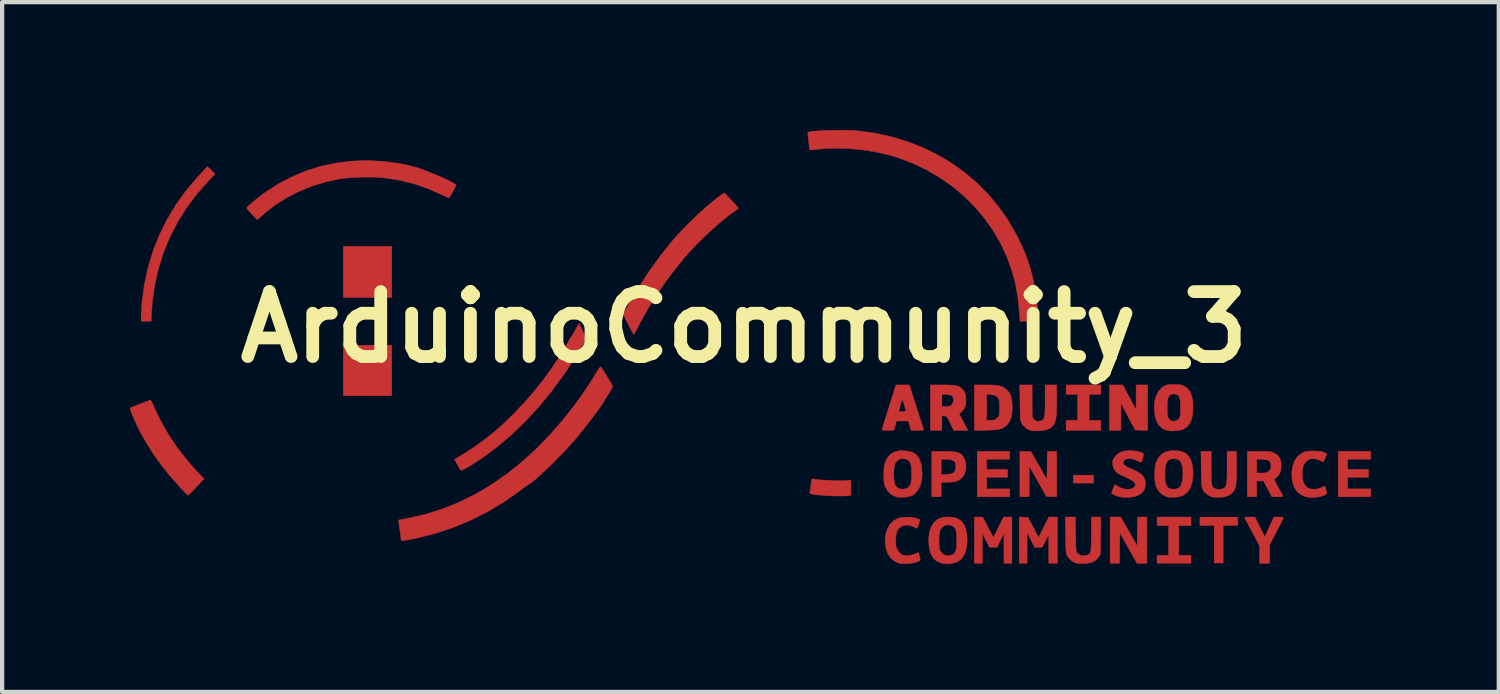
<source format=kicad_pcb>
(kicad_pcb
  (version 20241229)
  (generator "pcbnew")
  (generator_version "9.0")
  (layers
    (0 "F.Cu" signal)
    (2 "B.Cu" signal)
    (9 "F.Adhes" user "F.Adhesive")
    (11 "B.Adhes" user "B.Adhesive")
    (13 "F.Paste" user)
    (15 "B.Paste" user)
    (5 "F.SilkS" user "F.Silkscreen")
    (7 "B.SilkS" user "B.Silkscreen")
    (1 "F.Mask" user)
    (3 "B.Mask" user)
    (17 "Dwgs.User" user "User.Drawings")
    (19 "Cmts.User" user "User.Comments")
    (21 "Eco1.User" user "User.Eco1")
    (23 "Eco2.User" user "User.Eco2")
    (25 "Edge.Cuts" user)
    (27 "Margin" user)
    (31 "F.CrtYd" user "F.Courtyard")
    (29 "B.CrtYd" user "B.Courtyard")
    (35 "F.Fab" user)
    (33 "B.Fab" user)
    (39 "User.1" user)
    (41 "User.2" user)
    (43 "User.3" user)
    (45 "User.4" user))
  (footprint "ArduinoCommunity_3"
    (layer "F.Cu")
    (at 14.413 4.628)
    (property "Reference" "ArduinoCommunity_3" (at 0 0 0) (layer "F.SilkS") (effects (font (size 1.524 1.524) (thickness 0.3))))
    (attr through_hole)
    (fp_poly (pts (xy -8.269 -0.695) (xy -9.404 -0.695) (xy -9.404 -1.898) (xy -8.269 -1.898) (xy -8.269 -0.695)) (stroke (width 0.01) (type solid)) (fill yes) (layer "F.Cu"))
    (fp_poly (pts (xy -8.269 1.61) (xy -9.404 1.61) (xy -9.404 0.424) (xy -8.269 0.424) (xy -8.269 1.61)) (stroke (width 0.01) (type solid)) (fill yes) (layer "F.Cu"))
    (fp_poly (pts (xy 8.201 3.66) (xy 7.727 3.66) (xy 7.727 3.474) (xy 8.201 3.474) (xy 8.201 3.66)) (stroke (width 0.01) (type solid)) (fill yes) (layer "F.Cu"))
    (fp_poly (pts (xy 11.59 4.66) (xy 11.251 4.66) (xy 11.251 5.541) (xy 11.031 5.541) (xy 11.031 4.66) (xy 10.692 4.66) (xy 10.692 4.456) (xy 11.59 4.456) (xy 11.59 4.66)) (stroke (width 0) (type solid)) (fill yes) (layer "F.Cu"))
    (fp_poly (pts (xy 6.236 3.101) (xy 5.693 3.101) (xy 5.693 3.338) (xy 6.185 3.338) (xy 6.185 3.524) (xy 5.693 3.524) (xy 5.693 3.796) (xy 6.236 3.796) (xy 6.236 3.982) (xy 5.473 3.982) (xy 5.473 2.914) (xy 6.236 2.914) (xy 6.236 3.101)) (stroke (width 0.01) (type solid)) (fill yes) (layer "F.Cu"))
    (fp_poly (pts (xy 8.371 1.576) (xy 8.1 1.576) (xy 8.1 2.186) (xy 8.371 2.186) (xy 8.371 2.423) (xy 7.557 2.423) (xy 7.557 2.186) (xy 7.828 2.186) (xy 7.828 1.576) (xy 7.557 1.576) (xy 7.557 1.356) (xy 8.371 1.356) (xy 8.371 1.576)) (stroke (width 0.01) (type solid)) (fill yes) (layer "F.Cu"))
    (fp_poly (pts (xy 10.489 4.66) (xy 10.201 4.66) (xy 10.201 5.355) (xy 10.489 5.355) (xy 10.489 5.541) (xy 9.692 5.541) (xy 9.692 5.355) (xy 9.963 5.355) (xy 9.963 4.66) (xy 9.692 4.66) (xy 9.692 4.456) (xy 10.489 4.456) (xy 10.489 4.66)) (stroke (width 0.01) (type solid)) (fill yes) (layer "F.Cu"))
    (fp_poly (pts (xy 14.708 3.101) (xy 14.166 3.101) (xy 14.166 3.338) (xy 14.657 3.338) (xy 14.657 3.524) (xy 14.166 3.524) (xy 14.166 3.796) (xy 14.708 3.796) (xy 14.708 3.982) (xy 13.945 3.982) (xy 13.945 2.914) (xy 14.708 2.914) (xy 14.708 3.101)) (stroke (width 0.01) (type solid)) (fill yes) (layer "F.Cu"))
    (fp_poly (pts (xy 6.604 2.918) (xy 6.734 2.923) (xy 6.921 3.25) (xy 7.108 3.578) (xy 7.117 2.914) (xy 7.337 2.914) (xy 7.337 3.983) (xy 7.216 3.978) (xy 7.095 3.974) (xy 6.894 3.618) (xy 6.693 3.263) (xy 6.693 3.982) (xy 6.473 3.982) (xy 6.473 2.913) (xy 6.604 2.918)) (stroke (width 0.01) (type solid)) (fill yes) (layer "F.Cu"))
    (fp_poly (pts (xy 9.034 4.795) (xy 9.226 5.133) (xy 9.231 4.795) (xy 9.236 4.456) (xy 9.455 4.456) (xy 9.455 5.541) (xy 9.221 5.541) (xy 9.02 5.185) (xy 8.82 4.83) (xy 8.815 5.185) (xy 8.811 5.541) (xy 8.591 5.541) (xy 8.591 4.456) (xy 8.841 4.456) (xy 9.034 4.795)) (stroke (width 0.01) (type solid)) (fill yes) (layer "F.Cu"))
    (fp_poly (pts (xy 9.472 2.424) (xy 9.326 2.42) (xy 9.181 2.415) (xy 9.013 2.101) (xy 8.846 1.788) (xy 8.845 2.105) (xy 8.845 2.423) (xy 8.574 2.423) (xy 8.574 1.356) (xy 8.731 1.356) (xy 8.887 1.356) (xy 9.044 1.648) (xy 9.201 1.94) (xy 9.201 1.648) (xy 9.201 1.356) (xy 9.472 1.356) (xy 9.472 2.424)) (stroke (width 0.01) (type solid)) (fill yes) (layer "F.Cu"))
    (fp_poly (pts (xy 6.56 4.46) (xy 6.664 4.465) (xy 6.911 4.936) (xy 7.151 4.456) (xy 7.354 4.456) (xy 7.354 5.541) (xy 7.151 5.541) (xy 7.15 5.206) (xy 7.149 4.872) (xy 7.073 5.02) (xy 6.998 5.168) (xy 6.819 5.168) (xy 6.644 4.821) (xy 6.643 5.181) (xy 6.642 5.541) (xy 6.456 5.541) (xy 6.456 4.455) (xy 6.56 4.46)) (stroke (width 0.01) (type solid)) (fill yes) (layer "F.Cu"))
    (fp_poly (pts (xy 6.286 5.541) (xy 6.1 5.541) (xy 6.097 4.838) (xy 6.018 5.003) (xy 5.939 5.168) (xy 5.85 5.168) (xy 5.762 5.168) (xy 5.593 4.838) (xy 5.592 5.541) (xy 5.405 5.541) (xy 5.405 4.456) (xy 5.503 4.457) (xy 5.6 4.457) (xy 5.726 4.697) (xy 5.851 4.937) (xy 5.971 4.697) (xy 6.091 4.456) (xy 6.286 4.456) (xy 6.286 5.541)) (stroke (width 0.01) (type solid)) (fill yes) (layer "F.Cu"))
    (fp_poly (pts (xy -12.503 -3.682) (xy -12.414 -3.594) (xy -12.583 -3.419) (xy -12.849 -3.118) (xy -13.088 -2.799) (xy -13.297 -2.463) (xy -13.477 -2.112) (xy -13.627 -1.747) (xy -13.746 -1.37) (xy -13.833 -0.981) (xy -13.888 -0.584) (xy -13.905 -0.36) (xy -13.917 -0.136) (xy -14.149 -0.136) (xy -14.149 -0.258) (xy -14.147 -0.33) (xy -14.143 -0.42) (xy -14.136 -0.516) (xy -14.132 -0.568) (xy -14.078 -0.983) (xy -13.992 -1.386) (xy -13.875 -1.776) (xy -13.726 -2.154) (xy -13.547 -2.518) (xy -13.337 -2.868) (xy -13.097 -3.203) (xy -12.826 -3.523) (xy -12.754 -3.601) (xy -12.593 -3.77) (xy -12.503 -3.682)) (stroke (width 0.01) (type solid)) (fill yes) (layer "F.Cu"))
    (fp_poly (pts (xy 1.628 3.565) (xy 1.687 3.573) (xy 1.772 3.582) (xy 1.874 3.59) (xy 1.985 3.596) (xy 2.097 3.601) (xy 2.201 3.605) (xy 2.29 3.605) (xy 2.351 3.603) (xy 2.508 3.593) (xy 2.508 3.944) (xy 2.455 3.954) (xy 2.411 3.959) (xy 2.34 3.962) (xy 2.25 3.963) (xy 2.148 3.962) (xy 2.041 3.959) (xy 1.937 3.954) (xy 1.843 3.948) (xy 1.836 3.947) (xy 1.721 3.937) (xy 1.636 3.926) (xy 1.58 3.915) (xy 1.55 3.903) (xy 1.542 3.892) (xy 1.545 3.865) (xy 1.551 3.817) (xy 1.559 3.77) (xy 1.568 3.704) (xy 1.576 3.643) (xy 1.579 3.612) (xy 1.585 3.574) (xy 1.6 3.562) (xy 1.628 3.565)) (stroke (width 0.01) (type solid)) (fill yes) (layer "F.Cu"))
    (fp_poly (pts (xy 12.106 4.689) (xy 12.222 4.922) (xy 12.26 4.838) (xy 12.285 4.783) (xy 12.318 4.71) (xy 12.354 4.632) (xy 12.367 4.605) (xy 12.436 4.456) (xy 12.547 4.456) (xy 12.603 4.459) (xy 12.643 4.464) (xy 12.658 4.471) (xy 12.65 4.49) (xy 12.629 4.534) (xy 12.597 4.599) (xy 12.557 4.68) (xy 12.509 4.772) (xy 12.497 4.796) (xy 12.336 5.106) (xy 12.336 5.541) (xy 12.098 5.541) (xy 12.098 5.13) (xy 11.925 4.807) (xy 11.873 4.711) (xy 11.828 4.625) (xy 11.79 4.554) (xy 11.762 4.502) (xy 11.747 4.474) (xy 11.745 4.47) (xy 11.758 4.463) (xy 11.797 4.459) (xy 11.854 4.456) (xy 11.864 4.456) (xy 11.989 4.456) (xy 12.106 4.689)) (stroke (width 0.01) (type solid)) (fill yes) (layer "F.Cu"))
    (fp_poly (pts (xy 4.681 2.915) (xy 4.806 2.916) (xy 4.903 2.922) (xy 4.977 2.932) (xy 5.033 2.949) (xy 5.078 2.973) (xy 5.117 3.007) (xy 5.138 3.031) (xy 5.182 3.107) (xy 5.205 3.2) (xy 5.208 3.301) (xy 5.191 3.399) (xy 5.153 3.484) (xy 5.137 3.507) (xy 5.084 3.562) (xy 5.023 3.6) (xy 4.946 3.625) (xy 4.847 3.638) (xy 4.791 3.64) (xy 4.626 3.646) (xy 4.626 3.982) (xy 4.406 3.982) (xy 4.406 3.101) (xy 4.626 3.101) (xy 4.626 3.457) (xy 4.726 3.457) (xy 4.79 3.454) (xy 4.847 3.446) (xy 4.873 3.439) (xy 4.916 3.416) (xy 4.942 3.392) (xy 4.955 3.357) (xy 4.963 3.303) (xy 4.964 3.243) (xy 4.958 3.192) (xy 4.954 3.178) (xy 4.923 3.141) (xy 4.863 3.116) (xy 4.78 3.102) (xy 4.737 3.101) (xy 4.626 3.101) (xy 4.406 3.101) (xy 4.406 2.914) (xy 4.681 2.915)) (stroke (width 0.01) (type solid)) (fill yes) (layer "F.Cu"))
    (fp_poly (pts (xy -13.917 1.726) (xy -13.897 1.764) (xy -13.872 1.818) (xy -13.869 1.826) (xy -13.704 2.178) (xy -13.509 2.522) (xy -13.287 2.852) (xy -13.039 3.166) (xy -12.825 3.402) (xy -12.673 3.559) (xy -12.856 3.753) (xy -12.919 3.82) (xy -12.974 3.876) (xy -13.017 3.919) (xy -13.044 3.944) (xy -13.05 3.948) (xy -13.065 3.936) (xy -13.098 3.903) (xy -13.147 3.854) (xy -13.206 3.791) (xy -13.257 3.737) (xy -13.485 3.478) (xy -13.688 3.223) (xy -13.87 2.966) (xy -14.038 2.697) (xy -14.172 2.457) (xy -14.214 2.376) (xy -14.256 2.287) (xy -14.298 2.196) (xy -14.336 2.109) (xy -14.368 2.03) (xy -14.393 1.965) (xy -14.407 1.919) (xy -14.408 1.898) (xy -14.408 1.898) (xy -14.388 1.888) (xy -14.344 1.869) (xy -14.281 1.844) (xy -14.209 1.815) (xy -14.132 1.785) (xy -14.059 1.757) (xy -13.996 1.733) (xy -13.951 1.717) (xy -13.93 1.711) (xy -13.93 1.711) (xy -13.917 1.726)) (stroke (width 0.01) (type solid)) (fill yes) (layer "F.Cu"))
    (fp_poly (pts (xy 7.781 4.862) (xy 7.783 4.989) (xy 7.784 5.087) (xy 7.787 5.16) (xy 7.79 5.212) (xy 7.795 5.249) (xy 7.801 5.273) (xy 7.81 5.29) (xy 7.821 5.305) (xy 7.827 5.311) (xy 7.888 5.352) (xy 7.964 5.367) (xy 8.039 5.355) (xy 8.072 5.342) (xy 8.098 5.326) (xy 8.117 5.302) (xy 8.131 5.266) (xy 8.14 5.214) (xy 8.146 5.142) (xy 8.149 5.047) (xy 8.15 4.924) (xy 8.15 4.847) (xy 8.15 4.456) (xy 8.372 4.456) (xy 8.367 4.894) (xy 8.362 5.332) (xy 8.317 5.4) (xy 8.252 5.471) (xy 8.164 5.519) (xy 8.051 5.546) (xy 7.982 5.552) (xy 7.887 5.551) (xy 7.806 5.54) (xy 7.78 5.534) (xy 7.694 5.492) (xy 7.627 5.427) (xy 7.586 5.363) (xy 7.575 5.339) (xy 7.566 5.314) (xy 7.56 5.281) (xy 7.555 5.237) (xy 7.551 5.176) (xy 7.548 5.095) (xy 7.546 4.988) (xy 7.544 4.876) (xy 7.537 4.456) (xy 7.776 4.456) (xy 7.781 4.862)) (stroke (width 0.01) (type solid)) (fill yes) (layer "F.Cu"))
    (fp_poly (pts (xy -0.361 -3.047) (xy -0.279 -2.959) (xy -0.213 -2.887) (xy -0.166 -2.833) (xy -0.14 -2.8) (xy -0.136 -2.79) (xy -0.148 -2.776) (xy -0.182 -2.75) (xy -0.216 -2.726) (xy -0.345 -2.633) (xy -0.49 -2.518) (xy -0.645 -2.386) (xy -0.805 -2.242) (xy -0.965 -2.09) (xy -1.12 -1.937) (xy -1.264 -1.785) (xy -1.39 -1.644) (xy -1.624 -1.356) (xy -1.849 -1.055) (xy -2.06 -0.747) (xy -2.252 -0.439) (xy -2.42 -0.139) (xy -2.472 -0.038) (xy -2.511 0.037) (xy -2.545 0.101) (xy -2.571 0.146) (xy -2.587 0.168) (xy -2.589 0.169) (xy -2.601 0.155) (xy -2.624 0.115) (xy -2.657 0.056) (xy -2.695 -0.019) (xy -2.719 -0.066) (xy -2.835 -0.301) (xy -2.745 -0.468) (xy -2.503 -0.888) (xy -2.236 -1.3) (xy -1.95 -1.695) (xy -1.667 -2.044) (xy -1.532 -2.195) (xy -1.382 -2.353) (xy -1.222 -2.512) (xy -1.058 -2.668) (xy -0.895 -2.814) (xy -0.739 -2.946) (xy -0.595 -3.059) (xy -0.54 -3.099) (xy -0.462 -3.154) (xy -0.361 -3.047)) (stroke (width 0.01) (type solid)) (fill yes) (layer "F.Cu"))
    (fp_poly (pts (xy 4.647 1.356) (xy 4.773 1.357) (xy 4.871 1.361) (xy 4.946 1.369) (xy 5.004 1.381) (xy 5.049 1.399) (xy 5.087 1.424) (xy 5.1 1.434) (xy 5.154 1.49) (xy 5.188 1.552) (xy 5.205 1.629) (xy 5.209 1.711) (xy 5.204 1.805) (xy 5.186 1.876) (xy 5.152 1.936) (xy 5.102 1.99) (xy 5.05 2.039) (xy 5.153 2.231) (xy 5.255 2.423) (xy 4.92 2.423) (xy 4.839 2.254) (xy 4.803 2.18) (xy 4.777 2.131) (xy 4.757 2.103) (xy 4.738 2.089) (xy 4.717 2.085) (xy 4.7 2.084) (xy 4.643 2.084) (xy 4.643 2.423) (xy 4.372 2.423) (xy 4.372 1.576) (xy 4.643 1.576) (xy 4.643 1.864) (xy 4.737 1.864) (xy 4.797 1.861) (xy 4.837 1.849) (xy 4.87 1.825) (xy 4.872 1.822) (xy 4.901 1.775) (xy 4.915 1.716) (xy 4.911 1.658) (xy 4.901 1.632) (xy 4.867 1.606) (xy 4.81 1.586) (xy 4.739 1.576) (xy 4.718 1.576) (xy 4.643 1.576) (xy 4.372 1.576) (xy 4.372 1.356) (xy 4.647 1.356)) (stroke (width 0.01) (type solid)) (fill yes) (layer "F.Cu"))
    (fp_poly (pts (xy -3.79 0.085) (xy -3.707 0.263) (xy -3.77 0.381) (xy -3.831 0.488) (xy -3.906 0.614) (xy -3.992 0.753) (xy -4.085 0.896) (xy -4.178 1.037) (xy -4.252 1.144) (xy -4.53 1.52) (xy -4.823 1.875) (xy -5.129 2.207) (xy -5.445 2.512) (xy -5.77 2.79) (xy -6.1 3.038) (xy -6.358 3.208) (xy -6.454 3.267) (xy -6.526 3.31) (xy -6.577 3.339) (xy -6.612 3.355) (xy -6.634 3.36) (xy -6.648 3.357) (xy -6.655 3.35) (xy -6.671 3.326) (xy -6.697 3.281) (xy -6.729 3.225) (xy -6.733 3.218) (xy -6.795 3.106) (xy -6.565 2.964) (xy -6.322 2.806) (xy -6.095 2.644) (xy -5.879 2.472) (xy -5.663 2.283) (xy -5.442 2.07) (xy -5.414 2.042) (xy -5.169 1.785) (xy -4.931 1.511) (xy -4.706 1.228) (xy -4.497 0.94) (xy -4.308 0.654) (xy -4.143 0.375) (xy -4.089 0.272) (xy -4.067 0.233) (xy -4.052 0.213) (xy -4.049 0.213) (xy -4.042 0.206) (xy -4.022 0.174) (xy -3.992 0.123) (xy -3.962 0.068) (xy -3.874 -0.093) (xy -3.79 0.085)) (stroke (width 0.01) (type solid)) (fill yes) (layer "F.Cu"))
    (fp_poly (pts (xy 5.798 1.357) (xy 5.903 1.364) (xy 5.986 1.376) (xy 6.051 1.395) (xy 6.106 1.423) (xy 6.154 1.461) (xy 6.175 1.48) (xy 6.223 1.538) (xy 6.258 1.603) (xy 6.28 1.681) (xy 6.291 1.779) (xy 6.294 1.898) (xy 6.287 2.03) (xy 6.265 2.136) (xy 6.227 2.221) (xy 6.172 2.291) (xy 6.157 2.305) (xy 6.112 2.341) (xy 6.068 2.369) (xy 6.02 2.388) (xy 5.961 2.402) (xy 5.884 2.411) (xy 5.785 2.416) (xy 5.689 2.419) (xy 5.405 2.426) (xy 5.405 2.186) (xy 5.693 2.186) (xy 5.786 2.186) (xy 5.847 2.183) (xy 5.889 2.17) (xy 5.927 2.143) (xy 5.935 2.136) (xy 5.96 2.113) (xy 5.976 2.091) (xy 5.986 2.062) (xy 5.991 2.019) (xy 5.994 1.953) (xy 5.996 1.915) (xy 5.996 1.803) (xy 5.986 1.72) (xy 5.963 1.661) (xy 5.925 1.622) (xy 5.868 1.597) (xy 5.789 1.582) (xy 5.788 1.582) (xy 5.693 1.571) (xy 5.693 2.186) (xy 5.405 2.186) (xy 5.405 1.356) (xy 5.665 1.356) (xy 5.798 1.357)) (stroke (width 0.01) (type solid)) (fill yes) (layer "F.Cu"))
    (fp_poly (pts (xy 12.086 2.915) (xy 12.194 2.916) (xy 12.274 2.918) (xy 12.333 2.922) (xy 12.377 2.929) (xy 12.411 2.939) (xy 12.429 2.947) (xy 12.51 2.996) (xy 12.565 3.059) (xy 12.596 3.141) (xy 12.607 3.247) (xy 12.607 3.255) (xy 12.599 3.354) (xy 12.572 3.432) (xy 12.522 3.498) (xy 12.498 3.521) (xy 12.435 3.576) (xy 12.54 3.766) (xy 12.58 3.839) (xy 12.615 3.901) (xy 12.64 3.946) (xy 12.652 3.968) (xy 12.653 3.969) (xy 12.64 3.975) (xy 12.602 3.98) (xy 12.544 3.982) (xy 12.524 3.982) (xy 12.388 3.982) (xy 12.29 3.796) (xy 12.192 3.61) (xy 12.031 3.609) (xy 12.031 3.982) (xy 11.81 3.982) (xy 11.81 3.423) (xy 12.031 3.423) (xy 12.151 3.423) (xy 12.215 3.422) (xy 12.257 3.416) (xy 12.287 3.402) (xy 12.316 3.377) (xy 12.322 3.371) (xy 12.354 3.335) (xy 12.367 3.301) (xy 12.366 3.253) (xy 12.365 3.242) (xy 12.354 3.184) (xy 12.334 3.145) (xy 12.297 3.121) (xy 12.237 3.109) (xy 12.166 3.103) (xy 12.031 3.097) (xy 12.031 3.423) (xy 11.81 3.423) (xy 11.81 2.914) (xy 12.086 2.915)) (stroke (width 0.01) (type solid)) (fill yes) (layer "F.Cu"))
    (fp_poly (pts (xy 6.761 1.736) (xy 6.761 1.859) (xy 6.762 1.953) (xy 6.763 2.022) (xy 6.766 2.071) (xy 6.771 2.105) (xy 6.778 2.128) (xy 6.787 2.145) (xy 6.8 2.161) (xy 6.8 2.162) (xy 6.835 2.193) (xy 6.877 2.205) (xy 6.911 2.206) (xy 6.956 2.203) (xy 6.99 2.192) (xy 7.017 2.171) (xy 7.037 2.136) (xy 7.05 2.082) (xy 7.059 2.007) (xy 7.064 1.907) (xy 7.066 1.779) (xy 7.066 1.699) (xy 7.066 1.356) (xy 7.337 1.356) (xy 7.337 1.724) (xy 7.336 1.87) (xy 7.333 1.987) (xy 7.327 2.079) (xy 7.319 2.15) (xy 7.307 2.205) (xy 7.29 2.249) (xy 7.269 2.287) (xy 7.259 2.3) (xy 7.201 2.359) (xy 7.128 2.4) (xy 7.036 2.424) (xy 6.922 2.434) (xy 6.848 2.435) (xy 6.781 2.432) (xy 6.734 2.427) (xy 6.723 2.424) (xy 6.626 2.377) (xy 6.549 2.306) (xy 6.523 2.267) (xy 6.51 2.244) (xy 6.5 2.22) (xy 6.493 2.193) (xy 6.487 2.157) (xy 6.483 2.107) (xy 6.48 2.039) (xy 6.478 1.948) (xy 6.477 1.83) (xy 6.476 1.775) (xy 6.47 1.356) (xy 6.761 1.356) (xy 6.761 1.736)) (stroke (width 0.01) (type solid)) (fill yes) (layer "F.Cu"))
    (fp_poly (pts (xy 10.963 3.297) (xy 10.964 3.435) (xy 10.966 3.543) (xy 10.97 3.626) (xy 10.978 3.686) (xy 10.99 3.729) (xy 11.007 3.758) (xy 11.031 3.778) (xy 11.062 3.791) (xy 11.082 3.798) (xy 11.143 3.809) (xy 11.201 3.802) (xy 11.219 3.797) (xy 11.253 3.785) (xy 11.28 3.768) (xy 11.301 3.743) (xy 11.315 3.706) (xy 11.325 3.652) (xy 11.332 3.578) (xy 11.335 3.48) (xy 11.336 3.354) (xy 11.336 3.288) (xy 11.336 2.914) (xy 11.556 2.914) (xy 11.556 3.313) (xy 11.556 3.453) (xy 11.554 3.564) (xy 11.55 3.651) (xy 11.543 3.717) (xy 11.531 3.768) (xy 11.515 3.809) (xy 11.493 3.844) (xy 11.465 3.877) (xy 11.45 3.893) (xy 11.391 3.939) (xy 11.318 3.972) (xy 11.312 3.974) (xy 11.236 3.989) (xy 11.147 3.996) (xy 11.058 3.995) (xy 10.986 3.985) (xy 10.976 3.982) (xy 10.881 3.937) (xy 10.804 3.867) (xy 10.776 3.826) (xy 10.763 3.802) (xy 10.753 3.779) (xy 10.746 3.752) (xy 10.74 3.716) (xy 10.736 3.666) (xy 10.733 3.598) (xy 10.731 3.507) (xy 10.73 3.389) (xy 10.729 3.334) (xy 10.723 2.914) (xy 10.963 2.914) (xy 10.963 3.297)) (stroke (width 0.01) (type solid)) (fill yes) (layer "F.Cu"))
    (fp_poly (pts (xy 3.991 1.707) (xy 4.04 1.861) (xy 4.085 2.002) (xy 4.125 2.127) (xy 4.159 2.233) (xy 4.187 2.317) (xy 4.206 2.375) (xy 4.215 2.402) (xy 4.21 2.412) (xy 4.183 2.419) (xy 4.13 2.422) (xy 4.07 2.423) (xy 3.918 2.423) (xy 3.888 2.313) (xy 3.858 2.203) (xy 3.577 2.203) (xy 3.56 2.266) (xy 3.546 2.322) (xy 3.533 2.373) (xy 3.532 2.376) (xy 3.525 2.399) (xy 3.514 2.413) (xy 3.49 2.42) (xy 3.447 2.423) (xy 3.379 2.423) (xy 3.314 2.422) (xy 3.265 2.418) (xy 3.239 2.413) (xy 3.236 2.411) (xy 3.241 2.392) (xy 3.255 2.345) (xy 3.277 2.274) (xy 3.305 2.182) (xy 3.339 2.073) (xy 3.367 1.983) (xy 3.63 1.983) (xy 3.713 1.983) (xy 3.76 1.98) (xy 3.79 1.974) (xy 3.795 1.97) (xy 3.79 1.939) (xy 3.778 1.892) (xy 3.762 1.836) (xy 3.744 1.78) (xy 3.726 1.733) (xy 3.713 1.701) (xy 3.705 1.694) (xy 3.705 1.694) (xy 3.696 1.722) (xy 3.683 1.773) (xy 3.666 1.837) (xy 3.662 1.851) (xy 3.63 1.983) (xy 3.367 1.983) (xy 3.377 1.952) (xy 3.4 1.877) (xy 3.564 1.356) (xy 3.879 1.356) (xy 3.991 1.707)) (stroke (width 0.01) (type solid)) (fill yes) (layer "F.Cu"))
    (fp_poly (pts (xy 4.852 4.457) (xy 4.944 4.47) (xy 5.015 4.495) (xy 5.099 4.553) (xy 5.162 4.634) (xy 5.205 4.739) (xy 5.23 4.87) (xy 5.236 4.999) (xy 5.225 5.155) (xy 5.191 5.287) (xy 5.136 5.394) (xy 5.06 5.474) (xy 4.981 5.519) (xy 4.881 5.546) (xy 4.772 5.556) (xy 4.664 5.546) (xy 4.615 5.534) (xy 4.517 5.488) (xy 4.44 5.418) (xy 4.385 5.323) (xy 4.35 5.202) (xy 4.34 5.132) (xy 4.333 4.994) (xy 4.574 4.994) (xy 4.576 5.086) (xy 4.584 5.17) (xy 4.597 5.234) (xy 4.605 5.253) (xy 4.653 5.314) (xy 4.719 5.352) (xy 4.796 5.364) (xy 4.876 5.347) (xy 4.901 5.336) (xy 4.937 5.307) (xy 4.962 5.264) (xy 4.979 5.201) (xy 4.988 5.114) (xy 4.99 5.007) (xy 4.988 4.893) (xy 4.98 4.808) (xy 4.965 4.747) (xy 4.941 4.704) (xy 4.908 4.674) (xy 4.895 4.667) (xy 4.817 4.643) (xy 4.74 4.646) (xy 4.671 4.676) (xy 4.619 4.729) (xy 4.603 4.761) (xy 4.587 4.821) (xy 4.577 4.902) (xy 4.574 4.994) (xy 4.333 4.994) (xy 4.332 4.966) (xy 4.348 4.821) (xy 4.386 4.697) (xy 4.446 4.596) (xy 4.527 4.52) (xy 4.584 4.488) (xy 4.659 4.466) (xy 4.753 4.455) (xy 4.852 4.457)) (stroke (width 0.01) (type solid)) (fill yes) (layer "F.Cu"))
    (fp_poly (pts (xy 13.453 2.908) (xy 13.521 2.914) (xy 13.573 2.927) (xy 13.603 2.938) (xy 13.645 2.958) (xy 13.671 2.972) (xy 13.674 2.975) (xy 13.668 2.998) (xy 13.653 3.038) (xy 13.633 3.085) (xy 13.613 3.128) (xy 13.598 3.157) (xy 13.591 3.164) (xy 13.477 3.111) (xy 13.379 3.087) (xy 13.294 3.092) (xy 13.221 3.127) (xy 13.193 3.15) (xy 13.147 3.207) (xy 13.118 3.276) (xy 13.102 3.364) (xy 13.098 3.459) (xy 13.11 3.58) (xy 13.145 3.678) (xy 13.202 3.752) (xy 13.222 3.769) (xy 13.281 3.795) (xy 13.359 3.804) (xy 13.444 3.798) (xy 13.526 3.776) (xy 13.553 3.763) (xy 13.596 3.742) (xy 13.625 3.731) (xy 13.631 3.731) (xy 13.64 3.754) (xy 13.652 3.797) (xy 13.664 3.846) (xy 13.672 3.887) (xy 13.674 3.903) (xy 13.659 3.924) (xy 13.617 3.946) (xy 13.556 3.966) (xy 13.483 3.983) (xy 13.407 3.995) (xy 13.338 3.998) (xy 13.268 3.994) (xy 13.201 3.985) (xy 13.161 3.974) (xy 13.051 3.92) (xy 12.967 3.844) (xy 12.907 3.745) (xy 12.87 3.622) (xy 12.861 3.562) (xy 12.856 3.402) (xy 12.876 3.261) (xy 12.919 3.14) (xy 12.987 3.041) (xy 13.077 2.966) (xy 13.109 2.948) (xy 13.153 2.928) (xy 13.195 2.915) (xy 13.246 2.909) (xy 13.316 2.906) (xy 13.361 2.906) (xy 13.453 2.908)) (stroke (width 0.01) (type solid)) (fill yes) (layer "F.Cu"))
    (fp_poly (pts (xy 10.188 2.902) (xy 10.271 2.919) (xy 10.341 2.949) (xy 10.383 2.977) (xy 10.446 3.044) (xy 10.494 3.139) (xy 10.524 3.258) (xy 10.538 3.397) (xy 10.536 3.505) (xy 10.515 3.651) (xy 10.473 3.772) (xy 10.409 3.868) (xy 10.323 3.938) (xy 10.217 3.981) (xy 10.091 3.997) (xy 10.066 3.997) (xy 10.005 3.994) (xy 9.951 3.988) (xy 9.929 3.983) (xy 9.824 3.935) (xy 9.741 3.862) (xy 9.681 3.764) (xy 9.656 3.689) (xy 9.643 3.613) (xy 9.636 3.519) (xy 9.636 3.457) (xy 9.877 3.457) (xy 9.877 3.467) (xy 9.881 3.58) (xy 9.894 3.665) (xy 9.917 3.726) (xy 9.952 3.768) (xy 9.988 3.789) (xy 10.052 3.804) (xy 10.127 3.8) (xy 10.193 3.779) (xy 10.201 3.774) (xy 10.244 3.728) (xy 10.275 3.651) (xy 10.294 3.545) (xy 10.298 3.501) (xy 10.299 3.38) (xy 10.287 3.276) (xy 10.264 3.193) (xy 10.229 3.138) (xy 10.226 3.135) (xy 10.168 3.101) (xy 10.095 3.087) (xy 10.021 3.094) (xy 9.969 3.116) (xy 9.932 3.148) (xy 9.906 3.192) (xy 9.889 3.256) (xy 9.88 3.342) (xy 9.877 3.457) (xy 9.636 3.457) (xy 9.636 3.417) (xy 9.641 3.319) (xy 9.653 3.236) (xy 9.666 3.186) (xy 9.72 3.073) (xy 9.79 2.99) (xy 9.879 2.934) (xy 9.988 2.904) (xy 10.083 2.898) (xy 10.188 2.902)) (stroke (width 0.01) (type solid)) (fill yes) (layer "F.Cu"))
    (fp_poly (pts (xy 3.776 2.901) (xy 3.895 2.918) (xy 3.99 2.956) (xy 4.064 3.017) (xy 4.118 3.103) (xy 4.155 3.216) (xy 4.17 3.304) (xy 4.18 3.461) (xy 4.167 3.603) (xy 4.132 3.728) (xy 4.076 3.833) (xy 4.001 3.913) (xy 3.942 3.952) (xy 3.869 3.977) (xy 3.778 3.991) (xy 3.68 3.994) (xy 3.588 3.986) (xy 3.543 3.974) (xy 3.453 3.928) (xy 3.376 3.852) (xy 3.318 3.755) (xy 3.301 3.712) (xy 3.29 3.669) (xy 3.283 3.617) (xy 3.28 3.548) (xy 3.279 3.494) (xy 3.513 3.494) (xy 3.519 3.583) (xy 3.53 3.658) (xy 3.547 3.708) (xy 3.595 3.765) (xy 3.661 3.798) (xy 3.737 3.805) (xy 3.812 3.786) (xy 3.841 3.77) (xy 3.878 3.736) (xy 3.904 3.69) (xy 3.921 3.624) (xy 3.929 3.534) (xy 3.931 3.44) (xy 3.928 3.327) (xy 3.919 3.244) (xy 3.901 3.183) (xy 3.873 3.141) (xy 3.834 3.112) (xy 3.832 3.11) (xy 3.75 3.085) (xy 3.672 3.09) (xy 3.603 3.125) (xy 3.551 3.186) (xy 3.533 3.236) (xy 3.52 3.311) (xy 3.514 3.4) (xy 3.513 3.494) (xy 3.279 3.494) (xy 3.279 3.465) (xy 3.283 3.335) (xy 3.295 3.232) (xy 3.318 3.149) (xy 3.354 3.08) (xy 3.404 3.018) (xy 3.413 3.008) (xy 3.481 2.953) (xy 3.559 2.918) (xy 3.653 2.901) (xy 3.77 2.901) (xy 3.776 2.901)) (stroke (width 0.01) (type solid)) (fill yes) (layer "F.Cu"))
    (fp_poly (pts (xy 3.948 4.466) (xy 4.026 4.479) (xy 4.086 4.497) (xy 4.123 4.52) (xy 4.126 4.524) (xy 4.124 4.544) (xy 4.112 4.584) (xy 4.095 4.634) (xy 4.077 4.683) (xy 4.06 4.721) (xy 4.059 4.723) (xy 4.044 4.718) (xy 4.008 4.701) (xy 3.974 4.685) (xy 3.878 4.651) (xy 3.786 4.646) (xy 3.703 4.67) (xy 3.635 4.72) (xy 3.606 4.759) (xy 3.586 4.796) (xy 3.574 4.84) (xy 3.566 4.9) (xy 3.562 4.981) (xy 3.56 5.061) (xy 3.562 5.116) (xy 3.57 5.158) (xy 3.585 5.197) (xy 3.595 5.218) (xy 3.629 5.271) (xy 3.668 5.315) (xy 3.682 5.328) (xy 3.742 5.354) (xy 3.821 5.362) (xy 3.909 5.353) (xy 3.996 5.327) (xy 4.006 5.323) (xy 4.052 5.303) (xy 4.084 5.292) (xy 4.092 5.291) (xy 4.1 5.313) (xy 4.112 5.354) (xy 4.124 5.401) (xy 4.132 5.44) (xy 4.134 5.455) (xy 4.119 5.479) (xy 4.076 5.502) (xy 4.014 5.523) (xy 3.938 5.54) (xy 3.857 5.549) (xy 3.839 5.55) (xy 3.768 5.551) (xy 3.706 5.551) (xy 3.663 5.548) (xy 3.658 5.547) (xy 3.619 5.534) (xy 3.565 5.509) (xy 3.523 5.485) (xy 3.439 5.416) (xy 3.376 5.323) (xy 3.334 5.203) (xy 3.32 5.125) (xy 3.311 4.978) (xy 3.328 4.843) (xy 3.369 4.722) (xy 3.431 4.62) (xy 3.514 4.54) (xy 3.615 4.486) (xy 3.624 4.482) (xy 3.691 4.467) (xy 3.773 4.459) (xy 3.861 4.459) (xy 3.948 4.466)) (stroke (width 0.01) (type solid)) (fill yes) (layer "F.Cu"))
    (fp_poly (pts (xy 10.175 1.348) (xy 10.236 1.353) (xy 10.282 1.363) (xy 10.321 1.379) (xy 10.327 1.382) (xy 10.408 1.44) (xy 10.469 1.52) (xy 10.51 1.623) (xy 10.533 1.752) (xy 10.537 1.907) (xy 10.536 1.931) (xy 10.523 2.071) (xy 10.496 2.183) (xy 10.453 2.271) (xy 10.392 2.34) (xy 10.311 2.394) (xy 10.247 2.416) (xy 10.163 2.43) (xy 10.071 2.436) (xy 9.983 2.433) (xy 9.911 2.419) (xy 9.908 2.419) (xy 9.813 2.373) (xy 9.739 2.304) (xy 9.684 2.21) (xy 9.647 2.09) (xy 9.637 2.033) (xy 9.628 1.901) (xy 9.93 1.901) (xy 9.931 1.99) (xy 9.934 2.053) (xy 9.941 2.097) (xy 9.953 2.129) (xy 9.963 2.147) (xy 10.007 2.191) (xy 10.065 2.21) (xy 10.127 2.203) (xy 10.184 2.172) (xy 10.208 2.146) (xy 10.223 2.121) (xy 10.233 2.092) (xy 10.239 2.051) (xy 10.242 1.991) (xy 10.243 1.905) (xy 10.243 1.901) (xy 10.241 1.79) (xy 10.234 1.708) (xy 10.22 1.65) (xy 10.197 1.611) (xy 10.165 1.586) (xy 10.135 1.575) (xy 10.062 1.566) (xy 10.003 1.587) (xy 9.961 1.638) (xy 9.954 1.651) (xy 9.94 1.707) (xy 9.932 1.794) (xy 9.93 1.901) (xy 9.628 1.901) (xy 9.626 1.882) (xy 9.638 1.742) (xy 9.671 1.617) (xy 9.724 1.511) (xy 9.795 1.429) (xy 9.837 1.398) (xy 9.877 1.375) (xy 9.912 1.36) (xy 9.952 1.351) (xy 10.006 1.348) (xy 10.083 1.347) (xy 10.089 1.347) (xy 10.175 1.348)) (stroke (width 0.01) (type solid)) (fill yes) (layer "F.Cu"))
    (fp_poly (pts (xy 2.383 -4.623) (xy 2.499 -4.62) (xy 2.6 -4.615) (xy 2.652 -4.611) (xy 3.057 -4.556) (xy 3.45 -4.471) (xy 3.828 -4.357) (xy 4.191 -4.216) (xy 4.537 -4.047) (xy 4.866 -3.852) (xy 5.175 -3.631) (xy 5.464 -3.386) (xy 5.731 -3.118) (xy 5.974 -2.826) (xy 6.194 -2.513) (xy 6.387 -2.179) (xy 6.439 -2.076) (xy 6.523 -1.901) (xy 6.591 -1.743) (xy 6.648 -1.593) (xy 6.698 -1.439) (xy 6.746 -1.271) (xy 6.761 -1.213) (xy 6.818 -0.961) (xy 6.858 -0.722) (xy 6.883 -0.478) (xy 6.89 -0.358) (xy 6.902 -0.136) (xy 6.476 -0.136) (xy 6.466 -0.284) (xy 6.445 -0.525) (xy 6.419 -0.741) (xy 6.384 -0.941) (xy 6.34 -1.134) (xy 6.294 -1.296) (xy 6.175 -1.633) (xy 6.026 -1.955) (xy 5.849 -2.262) (xy 5.645 -2.552) (xy 5.415 -2.823) (xy 5.162 -3.074) (xy 4.887 -3.305) (xy 4.591 -3.512) (xy 4.276 -3.695) (xy 3.944 -3.852) (xy 3.596 -3.982) (xy 3.398 -4.041) (xy 3.098 -4.11) (xy 2.784 -4.16) (xy 2.463 -4.19) (xy 2.145 -4.199) (xy 1.839 -4.186) (xy 1.669 -4.169) (xy 1.61 -4.162) (xy 1.566 -4.158) (xy 1.546 -4.158) (xy 1.546 -4.159) (xy 1.54 -4.178) (xy 1.533 -4.223) (xy 1.524 -4.285) (xy 1.515 -4.356) (xy 1.507 -4.428) (xy 1.501 -4.493) (xy 1.497 -4.542) (xy 1.497 -4.569) (xy 1.498 -4.57) (xy 1.525 -4.581) (xy 1.581 -4.591) (xy 1.661 -4.6) (xy 1.761 -4.607) (xy 1.876 -4.614) (xy 2 -4.618) (xy 2.129 -4.622) (xy 2.258 -4.623) (xy 2.383 -4.623)) (stroke (width 0.01) (type solid)) (fill yes) (layer "F.Cu"))
    (fp_poly (pts (xy 9.152 2.904) (xy 9.247 2.919) (xy 9.327 2.942) (xy 9.366 2.962) (xy 9.374 2.987) (xy 9.367 3.039) (xy 9.346 3.114) (xy 9.329 3.164) (xy 9.312 3.17) (xy 9.274 3.158) (xy 9.225 3.134) (xy 9.145 3.101) (xy 9.066 3.086) (xy 8.996 3.089) (xy 8.941 3.108) (xy 8.906 3.143) (xy 8.899 3.166) (xy 8.901 3.2) (xy 8.919 3.231) (xy 8.959 3.262) (xy 9.023 3.296) (xy 9.115 3.338) (xy 9.23 3.392) (xy 9.315 3.447) (xy 9.373 3.506) (xy 9.407 3.573) (xy 9.421 3.652) (xy 9.421 3.677) (xy 9.407 3.777) (xy 9.364 3.859) (xy 9.292 3.924) (xy 9.192 3.97) (xy 9.18 3.973) (xy 9.098 3.989) (xy 8.998 3.996) (xy 8.898 3.994) (xy 8.814 3.982) (xy 8.76 3.966) (xy 8.705 3.945) (xy 8.658 3.922) (xy 8.63 3.903) (xy 8.625 3.895) (xy 8.631 3.874) (xy 8.645 3.833) (xy 8.664 3.783) (xy 8.682 3.737) (xy 8.696 3.705) (xy 8.701 3.697) (xy 8.717 3.702) (xy 8.751 3.721) (xy 8.772 3.734) (xy 8.856 3.777) (xy 8.945 3.802) (xy 9.03 3.807) (xy 9.103 3.791) (xy 9.151 3.761) (xy 9.18 3.717) (xy 9.179 3.673) (xy 9.146 3.628) (xy 9.081 3.582) (xy 8.983 3.533) (xy 8.943 3.516) (xy 8.864 3.48) (xy 8.794 3.442) (xy 8.743 3.408) (xy 8.732 3.398) (xy 8.681 3.325) (xy 8.652 3.237) (xy 8.65 3.147) (xy 8.652 3.139) (xy 8.677 3.078) (xy 8.725 3.016) (xy 8.788 2.962) (xy 8.857 2.924) (xy 8.873 2.918) (xy 8.954 2.903) (xy 9.051 2.899) (xy 9.152 2.904)) (stroke (width 0.01) (type solid)) (fill yes) (layer "F.Cu"))
    (fp_poly (pts (xy -8.459 -3.89) (xy -8.116 -3.845) (xy -8.006 -3.824) (xy -7.891 -3.8) (xy -7.78 -3.773) (xy -7.679 -3.746) (xy -7.598 -3.721) (xy -7.549 -3.702) (xy -7.514 -3.687) (xy -7.455 -3.663) (xy -7.381 -3.633) (xy -7.299 -3.601) (xy -7.295 -3.6) (xy -7.194 -3.559) (xy -7.093 -3.515) (xy -6.997 -3.471) (xy -6.912 -3.43) (xy -6.841 -3.393) (xy -6.79 -3.362) (xy -6.764 -3.342) (xy -6.761 -3.336) (xy -6.768 -3.314) (xy -6.788 -3.272) (xy -6.816 -3.217) (xy -6.848 -3.159) (xy -6.879 -3.104) (xy -6.906 -3.06) (xy -6.923 -3.036) (xy -6.927 -3.033) (xy -6.945 -3.04) (xy -6.988 -3.059) (xy -7.046 -3.086) (xy -7.092 -3.108) (xy -7.432 -3.257) (xy -7.774 -3.373) (xy -8.121 -3.456) (xy -8.475 -3.508) (xy -8.48 -3.509) (xy -8.624 -3.519) (xy -8.789 -3.522) (xy -8.964 -3.521) (xy -9.141 -3.513) (xy -9.309 -3.501) (xy -9.457 -3.484) (xy -9.514 -3.475) (xy -9.837 -3.404) (xy -10.151 -3.306) (xy -10.453 -3.183) (xy -10.738 -3.036) (xy -11.004 -2.868) (xy -11.246 -2.68) (xy -11.321 -2.614) (xy -11.367 -2.572) (xy -11.404 -2.54) (xy -11.424 -2.525) (xy -11.426 -2.525) (xy -11.44 -2.536) (xy -11.472 -2.568) (xy -11.517 -2.614) (xy -11.555 -2.654) (xy -11.604 -2.708) (xy -11.644 -2.755) (xy -11.669 -2.787) (xy -11.675 -2.797) (xy -11.662 -2.815) (xy -11.627 -2.849) (xy -11.575 -2.896) (xy -11.51 -2.951) (xy -11.438 -3.01) (xy -11.363 -3.07) (xy -11.289 -3.126) (xy -11.246 -3.157) (xy -10.937 -3.358) (xy -10.613 -3.528) (xy -10.278 -3.668) (xy -9.931 -3.776) (xy -9.574 -3.852) (xy -9.209 -3.897) (xy -8.837 -3.91) (xy -8.459 -3.89)) (stroke (width 0.01) (type solid)) (fill yes) (layer "F.Cu"))
    (fp_poly (pts (xy -3.352 0.945) (xy -3.333 0.97) (xy -3.315 0.999) (xy -3.284 1.049) (xy -3.243 1.114) (xy -3.198 1.187) (xy -3.197 1.188) (xy -3.154 1.259) (xy -3.118 1.32) (xy -3.094 1.367) (xy -3.084 1.391) (xy -3.084 1.392) (xy -3.093 1.415) (xy -3.116 1.46) (xy -3.151 1.519) (xy -3.186 1.573) (xy -3.227 1.637) (xy -3.26 1.69) (xy -3.281 1.725) (xy -3.287 1.738) (xy -3.297 1.759) (xy -3.326 1.804) (xy -3.37 1.867) (xy -3.427 1.945) (xy -3.494 2.036) (xy -3.568 2.134) (xy -3.646 2.237) (xy -3.726 2.34) (xy -3.805 2.439) (xy -3.88 2.533) (xy -3.948 2.615) (xy -3.979 2.652) (xy -4.059 2.742) (xy -4.15 2.841) (xy -4.25 2.947) (xy -4.356 3.055) (xy -4.464 3.164) (xy -4.572 3.27) (xy -4.676 3.37) (xy -4.773 3.461) (xy -4.86 3.54) (xy -4.934 3.604) (xy -4.991 3.649) (xy -5.029 3.673) (xy -5.032 3.674) (xy -5.054 3.687) (xy -5.097 3.717) (xy -5.155 3.759) (xy -5.221 3.809) (xy -5.227 3.813) (xy -5.602 4.08) (xy -5.991 4.316) (xy -6.393 4.521) (xy -6.807 4.695) (xy -7.231 4.837) (xy -7.665 4.948) (xy -7.836 4.982) (xy -7.923 4.998) (xy -7.983 5.008) (xy -8.02 5.013) (xy -8.04 5.012) (xy -8.048 5.005) (xy -8.049 4.994) (xy -8.049 4.986) (xy -8.052 4.958) (xy -8.059 4.905) (xy -8.069 4.833) (xy -8.081 4.75) (xy -8.082 4.744) (xy -8.093 4.664) (xy -8.103 4.597) (xy -8.108 4.55) (xy -8.11 4.529) (xy -8.11 4.529) (xy -8.093 4.525) (xy -8.048 4.515) (xy -7.983 4.503) (xy -7.903 4.487) (xy -7.878 4.483) (xy -7.473 4.391) (xy -7.075 4.266) (xy -6.685 4.108) (xy -6.303 3.919) (xy -5.929 3.697) (xy -5.565 3.444) (xy -5.21 3.161) (xy -4.866 2.846) (xy -4.532 2.501) (xy -4.21 2.127) (xy -3.986 1.839) (xy -3.816 1.607) (xy -3.669 1.393) (xy -3.54 1.19) (xy -3.484 1.097) (xy -3.444 1.031) (xy -3.409 0.978) (xy -3.383 0.943) (xy -3.371 0.932) (xy -3.352 0.945)) (stroke (width 0.01) (type solid)) (fill yes) (layer "F.Cu"))
    (fp_poly (pts (xy -8.269 -0.695) (xy -9.404 -0.695) (xy -9.404 -1.898) (xy -8.269 -1.898) (xy -8.269 -0.695)) (stroke (width 0.01) (type solid)) (fill yes) (layer "F.Mask"))
    (fp_poly (pts (xy -8.269 1.61) (xy -9.404 1.61) (xy -9.404 0.424) (xy -8.269 0.424) (xy -8.269 1.61)) (stroke (width 0.01) (type solid)) (fill yes) (layer "F.Mask"))
    (fp_poly (pts (xy 8.201 3.66) (xy 7.727 3.66) (xy 7.727 3.474) (xy 8.201 3.474) (xy 8.201 3.66)) (stroke (width 0.01) (type solid)) (fill yes) (layer "F.Mask"))
    (fp_poly (pts (xy 11.59 4.66) (xy 11.251 4.66) (xy 11.251 5.541) (xy 11.031 5.541) (xy 11.031 4.66) (xy 10.692 4.66) (xy 10.692 4.456) (xy 11.59 4.456) (xy 11.59 4.66)) (stroke (width 0.01) (type solid)) (fill yes) (layer "F.Mask"))
    (fp_poly (pts (xy 6.236 3.101) (xy 5.693 3.101) (xy 5.693 3.338) (xy 6.185 3.338) (xy 6.185 3.524) (xy 5.693 3.524) (xy 5.693 3.796) (xy 6.236 3.796) (xy 6.236 3.982) (xy 5.473 3.982) (xy 5.473 2.914) (xy 6.236 2.914) (xy 6.236 3.101)) (stroke (width 0.01) (type solid)) (fill yes) (layer "F.Mask"))
    (fp_poly (pts (xy 8.371 1.576) (xy 8.1 1.576) (xy 8.1 2.186) (xy 8.371 2.186) (xy 8.371 2.423) (xy 7.557 2.423) (xy 7.557 2.186) (xy 7.828 2.186) (xy 7.828 1.576) (xy 7.557 1.576) (xy 7.557 1.356) (xy 8.371 1.356) (xy 8.371 1.576)) (stroke (width 0.01) (type solid)) (fill yes) (layer "F.Mask"))
    (fp_poly (pts (xy 10.489 4.66) (xy 10.201 4.66) (xy 10.201 5.355) (xy 10.489 5.355) (xy 10.489 5.541) (xy 9.692 5.541) (xy 9.692 5.355) (xy 9.963 5.355) (xy 9.963 4.66) (xy 9.692 4.66) (xy 9.692 4.456) (xy 10.489 4.456) (xy 10.489 4.66)) (stroke (width 0.01) (type solid)) (fill yes) (layer "F.Mask"))
    (fp_poly (pts (xy 14.708 3.101) (xy 14.166 3.101) (xy 14.166 3.338) (xy 14.657 3.338) (xy 14.657 3.524) (xy 14.166 3.524) (xy 14.166 3.796) (xy 14.708 3.796) (xy 14.708 3.982) (xy 13.945 3.982) (xy 13.945 2.914) (xy 14.708 2.914) (xy 14.708 3.101)) (stroke (width 0.01) (type solid)) (fill yes) (layer "F.Mask"))
    (fp_poly (pts (xy 6.604 2.918) (xy 6.734 2.923) (xy 6.921 3.25) (xy 7.108 3.578) (xy 7.117 2.914) (xy 7.337 2.914) (xy 7.337 3.983) (xy 7.216 3.978) (xy 7.095 3.974) (xy 6.894 3.618) (xy 6.693 3.263) (xy 6.693 3.982) (xy 6.473 3.982) (xy 6.473 2.913) (xy 6.604 2.918)) (stroke (width 0.01) (type solid)) (fill yes) (layer "F.Mask"))
    (fp_poly (pts (xy 9.034 4.795) (xy 9.226 5.133) (xy 9.231 4.795) (xy 9.236 4.456) (xy 9.455 4.456) (xy 9.455 5.541) (xy 9.221 5.541) (xy 9.02 5.185) (xy 8.82 4.83) (xy 8.815 5.185) (xy 8.811 5.541) (xy 8.591 5.541) (xy 8.591 4.456) (xy 8.841 4.456) (xy 9.034 4.795)) (stroke (width 0.01) (type solid)) (fill yes) (layer "F.Mask"))
    (fp_poly (pts (xy 9.472 2.424) (xy 9.326 2.42) (xy 9.181 2.415) (xy 9.013 2.101) (xy 8.846 1.788) (xy 8.845 2.105) (xy 8.845 2.423) (xy 8.574 2.423) (xy 8.574 1.356) (xy 8.731 1.356) (xy 8.887 1.356) (xy 9.044 1.648) (xy 9.201 1.94) (xy 9.201 1.648) (xy 9.201 1.356) (xy 9.472 1.356) (xy 9.472 2.424)) (stroke (width 0.01) (type solid)) (fill yes) (layer "F.Mask"))
    (fp_poly (pts (xy 6.56 4.46) (xy 6.664 4.465) (xy 6.911 4.936) (xy 7.151 4.456) (xy 7.354 4.456) (xy 7.354 5.541) (xy 7.151 5.541) (xy 7.15 5.206) (xy 7.149 4.872) (xy 7.073 5.02) (xy 6.998 5.168) (xy 6.819 5.168) (xy 6.644 4.821) (xy 6.643 5.181) (xy 6.642 5.541) (xy 6.456 5.541) (xy 6.456 4.455) (xy 6.56 4.46)) (stroke (width 0.01) (type solid)) (fill yes) (layer "F.Mask"))
    (fp_poly (pts (xy 6.286 5.541) (xy 6.1 5.541) (xy 6.097 4.838) (xy 6.018 5.003) (xy 5.939 5.168) (xy 5.85 5.168) (xy 5.762 5.168) (xy 5.593 4.838) (xy 5.592 5.541) (xy 5.405 5.541) (xy 5.405 4.456) (xy 5.503 4.457) (xy 5.6 4.457) (xy 5.726 4.697) (xy 5.851 4.937) (xy 5.971 4.697) (xy 6.091 4.456) (xy 6.286 4.456) (xy 6.286 5.541)) (stroke (width 0.01) (type solid)) (fill yes) (layer "F.Mask"))
    (fp_poly (pts (xy -12.503 -3.682) (xy -12.414 -3.594) (xy -12.583 -3.419) (xy -12.849 -3.118) (xy -13.088 -2.799) (xy -13.297 -2.463) (xy -13.477 -2.112) (xy -13.627 -1.747) (xy -13.746 -1.37) (xy -13.833 -0.981) (xy -13.888 -0.584) (xy -13.905 -0.36) (xy -13.917 -0.136) (xy -14.149 -0.136) (xy -14.149 -0.258) (xy -14.147 -0.33) (xy -14.143 -0.42) (xy -14.136 -0.516) (xy -14.132 -0.568) (xy -14.078 -0.983) (xy -13.992 -1.386) (xy -13.875 -1.776) (xy -13.726 -2.154) (xy -13.547 -2.518) (xy -13.337 -2.868) (xy -13.097 -3.203) (xy -12.826 -3.523) (xy -12.754 -3.601) (xy -12.593 -3.77) (xy -12.503 -3.682)) (stroke (width 0.01) (type solid)) (fill yes) (layer "F.Mask"))
    (fp_poly (pts (xy 1.628 3.565) (xy 1.687 3.573) (xy 1.772 3.582) (xy 1.874 3.59) (xy 1.985 3.596) (xy 2.097 3.601) (xy 2.201 3.605) (xy 2.29 3.605) (xy 2.351 3.603) (xy 2.508 3.593) (xy 2.508 3.944) (xy 2.455 3.954) (xy 2.411 3.959) (xy 2.34 3.962) (xy 2.25 3.963) (xy 2.148 3.962) (xy 2.041 3.959) (xy 1.937 3.954) (xy 1.843 3.948) (xy 1.836 3.947) (xy 1.721 3.937) (xy 1.636 3.926) (xy 1.58 3.915) (xy 1.55 3.903) (xy 1.542 3.892) (xy 1.545 3.865) (xy 1.551 3.817) (xy 1.559 3.77) (xy 1.568 3.704) (xy 1.576 3.643) (xy 1.579 3.612) (xy 1.585 3.574) (xy 1.6 3.562) (xy 1.628 3.565)) (stroke (width 0.01) (type solid)) (fill yes) (layer "F.Mask"))
    (fp_poly (pts (xy 12.106 4.689) (xy 12.222 4.922) (xy 12.26 4.838) (xy 12.285 4.783) (xy 12.318 4.71) (xy 12.354 4.632) (xy 12.367 4.605) (xy 12.436 4.456) (xy 12.547 4.456) (xy 12.603 4.459) (xy 12.643 4.464) (xy 12.658 4.471) (xy 12.65 4.49) (xy 12.629 4.534) (xy 12.597 4.599) (xy 12.557 4.68) (xy 12.509 4.772) (xy 12.497 4.796) (xy 12.336 5.106) (xy 12.336 5.541) (xy 12.098 5.541) (xy 12.098 5.13) (xy 11.925 4.807) (xy 11.873 4.711) (xy 11.828 4.625) (xy 11.79 4.554) (xy 11.762 4.502) (xy 11.747 4.474) (xy 11.745 4.47) (xy 11.758 4.463) (xy 11.797 4.459) (xy 11.854 4.456) (xy 11.864 4.456) (xy 11.989 4.456) (xy 12.106 4.689)) (stroke (width 0.01) (type solid)) (fill yes) (layer "F.Mask"))
    (fp_poly (pts (xy 4.681 2.915) (xy 4.806 2.916) (xy 4.903 2.922) (xy 4.977 2.932) (xy 5.033 2.949) (xy 5.078 2.973) (xy 5.117 3.007) (xy 5.138 3.031) (xy 5.182 3.107) (xy 5.205 3.2) (xy 5.208 3.301) (xy 5.191 3.399) (xy 5.153 3.484) (xy 5.137 3.507) (xy 5.084 3.562) (xy 5.023 3.6) (xy 4.946 3.625) (xy 4.847 3.638) (xy 4.791 3.64) (xy 4.626 3.646) (xy 4.626 3.982) (xy 4.406 3.982) (xy 4.406 3.101) (xy 4.626 3.101) (xy 4.626 3.457) (xy 4.726 3.457) (xy 4.79 3.454) (xy 4.847 3.446) (xy 4.873 3.439) (xy 4.916 3.416) (xy 4.942 3.392) (xy 4.955 3.357) (xy 4.963 3.303) (xy 4.964 3.243) (xy 4.958 3.192) (xy 4.954 3.178) (xy 4.923 3.141) (xy 4.863 3.116) (xy 4.78 3.102) (xy 4.737 3.101) (xy 4.626 3.101) (xy 4.406 3.101) (xy 4.406 2.914) (xy 4.681 2.915)) (stroke (width 0.01) (type solid)) (fill yes) (layer "F.Mask"))
    (fp_poly (pts (xy -13.917 1.726) (xy -13.897 1.764) (xy -13.872 1.818) (xy -13.869 1.826) (xy -13.704 2.178) (xy -13.509 2.522) (xy -13.287 2.852) (xy -13.039 3.166) (xy -12.825 3.402) (xy -12.673 3.559) (xy -12.856 3.753) (xy -12.919 3.82) (xy -12.974 3.876) (xy -13.017 3.919) (xy -13.044 3.944) (xy -13.05 3.948) (xy -13.065 3.936) (xy -13.098 3.903) (xy -13.147 3.854) (xy -13.206 3.791) (xy -13.257 3.737) (xy -13.485 3.478) (xy -13.688 3.223) (xy -13.87 2.966) (xy -14.038 2.697) (xy -14.172 2.457) (xy -14.214 2.376) (xy -14.256 2.287) (xy -14.298 2.196) (xy -14.336 2.109) (xy -14.368 2.03) (xy -14.393 1.965) (xy -14.407 1.919) (xy -14.408 1.898) (xy -14.408 1.898) (xy -14.388 1.888) (xy -14.344 1.869) (xy -14.281 1.844) (xy -14.209 1.815) (xy -14.132 1.785) (xy -14.059 1.757) (xy -13.996 1.733) (xy -13.951 1.717) (xy -13.93 1.711) (xy -13.93 1.711) (xy -13.917 1.726)) (stroke (width 0.01) (type solid)) (fill yes) (layer "F.Mask"))
    (fp_poly (pts (xy 7.781 4.862) (xy 7.783 4.989) (xy 7.784 5.087) (xy 7.787 5.16) (xy 7.79 5.212) (xy 7.795 5.249) (xy 7.801 5.273) (xy 7.81 5.29) (xy 7.821 5.305) (xy 7.827 5.311) (xy 7.888 5.352) (xy 7.964 5.367) (xy 8.039 5.355) (xy 8.072 5.342) (xy 8.098 5.326) (xy 8.117 5.302) (xy 8.131 5.266) (xy 8.14 5.214) (xy 8.146 5.142) (xy 8.149 5.047) (xy 8.15 4.924) (xy 8.15 4.847) (xy 8.15 4.456) (xy 8.372 4.456) (xy 8.367 4.894) (xy 8.362 5.332) (xy 8.317 5.4) (xy 8.252 5.471) (xy 8.164 5.519) (xy 8.051 5.546) (xy 7.982 5.552) (xy 7.887 5.551) (xy 7.806 5.54) (xy 7.78 5.534) (xy 7.694 5.492) (xy 7.627 5.427) (xy 7.586 5.363) (xy 7.575 5.339) (xy 7.566 5.314) (xy 7.56 5.281) (xy 7.555 5.237) (xy 7.551 5.176) (xy 7.548 5.095) (xy 7.546 4.988) (xy 7.544 4.876) (xy 7.537 4.456) (xy 7.776 4.456) (xy 7.781 4.862)) (stroke (width 0.01) (type solid)) (fill yes) (layer "F.Mask"))
    (fp_poly (pts (xy -0.361 -3.047) (xy -0.279 -2.959) (xy -0.213 -2.887) (xy -0.166 -2.833) (xy -0.14 -2.8) (xy -0.136 -2.79) (xy -0.148 -2.776) (xy -0.182 -2.75) (xy -0.216 -2.726) (xy -0.345 -2.633) (xy -0.49 -2.518) (xy -0.645 -2.386) (xy -0.805 -2.242) (xy -0.965 -2.09) (xy -1.12 -1.937) (xy -1.264 -1.785) (xy -1.39 -1.644) (xy -1.624 -1.356) (xy -1.849 -1.055) (xy -2.06 -0.747) (xy -2.252 -0.439) (xy -2.42 -0.139) (xy -2.472 -0.038) (xy -2.511 0.037) (xy -2.545 0.101) (xy -2.571 0.146) (xy -2.587 0.168) (xy -2.589 0.169) (xy -2.601 0.155) (xy -2.624 0.115) (xy -2.657 0.056) (xy -2.695 -0.019) (xy -2.719 -0.066) (xy -2.835 -0.301) (xy -2.745 -0.468) (xy -2.503 -0.888) (xy -2.236 -1.3) (xy -1.95 -1.695) (xy -1.667 -2.044) (xy -1.532 -2.195) (xy -1.382 -2.353) (xy -1.222 -2.512) (xy -1.058 -2.668) (xy -0.895 -2.814) (xy -0.739 -2.946) (xy -0.595 -3.059) (xy -0.54 -3.099) (xy -0.462 -3.154) (xy -0.361 -3.047)) (stroke (width 0.01) (type solid)) (fill yes) (layer "F.Mask"))
    (fp_poly (pts (xy 4.647 1.356) (xy 4.773 1.357) (xy 4.871 1.361) (xy 4.946 1.369) (xy 5.004 1.381) (xy 5.049 1.399) (xy 5.087 1.424) (xy 5.1 1.434) (xy 5.154 1.49) (xy 5.188 1.552) (xy 5.205 1.629) (xy 5.209 1.711) (xy 5.204 1.805) (xy 5.186 1.876) (xy 5.152 1.936) (xy 5.102 1.99) (xy 5.05 2.039) (xy 5.153 2.231) (xy 5.255 2.423) (xy 4.92 2.423) (xy 4.839 2.254) (xy 4.803 2.18) (xy 4.777 2.131) (xy 4.757 2.103) (xy 4.738 2.089) (xy 4.717 2.085) (xy 4.7 2.084) (xy 4.643 2.084) (xy 4.643 2.423) (xy 4.372 2.423) (xy 4.372 1.576) (xy 4.643 1.576) (xy 4.643 1.864) (xy 4.737 1.864) (xy 4.797 1.861) (xy 4.837 1.849) (xy 4.87 1.825) (xy 4.872 1.822) (xy 4.901 1.775) (xy 4.915 1.716) (xy 4.911 1.658) (xy 4.901 1.632) (xy 4.867 1.606) (xy 4.81 1.586) (xy 4.739 1.576) (xy 4.718 1.576) (xy 4.643 1.576) (xy 4.372 1.576) (xy 4.372 1.356) (xy 4.647 1.356)) (stroke (width 0.01) (type solid)) (fill yes) (layer "F.Mask"))
    (fp_poly (pts (xy -3.79 0.085) (xy -3.707 0.263) (xy -3.77 0.381) (xy -3.831 0.488) (xy -3.906 0.614) (xy -3.992 0.753) (xy -4.085 0.896) (xy -4.178 1.037) (xy -4.252 1.144) (xy -4.53 1.52) (xy -4.823 1.875) (xy -5.129 2.207) (xy -5.445 2.512) (xy -5.77 2.79) (xy -6.1 3.038) (xy -6.358 3.208) (xy -6.454 3.267) (xy -6.526 3.31) (xy -6.577 3.339) (xy -6.612 3.355) (xy -6.634 3.36) (xy -6.648 3.357) (xy -6.655 3.35) (xy -6.671 3.326) (xy -6.697 3.281) (xy -6.729 3.225) (xy -6.733 3.218) (xy -6.795 3.106) (xy -6.565 2.964) (xy -6.322 2.806) (xy -6.095 2.644) (xy -5.879 2.472) (xy -5.663 2.283) (xy -5.442 2.07) (xy -5.414 2.042) (xy -5.169 1.785) (xy -4.931 1.511) (xy -4.706 1.228) (xy -4.497 0.94) (xy -4.308 0.654) (xy -4.143 0.375) (xy -4.089 0.272) (xy -4.067 0.233) (xy -4.052 0.213) (xy -4.049 0.213) (xy -4.042 0.206) (xy -4.022 0.174) (xy -3.992 0.123) (xy -3.962 0.068) (xy -3.874 -0.093) (xy -3.79 0.085)) (stroke (width 0.01) (type solid)) (fill yes) (layer "F.Mask"))
    (fp_poly (pts (xy 5.798 1.357) (xy 5.903 1.364) (xy 5.986 1.376) (xy 6.051 1.395) (xy 6.106 1.423) (xy 6.154 1.461) (xy 6.175 1.48) (xy 6.223 1.538) (xy 6.258 1.603) (xy 6.28 1.681) (xy 6.291 1.779) (xy 6.294 1.898) (xy 6.287 2.03) (xy 6.265 2.136) (xy 6.227 2.221) (xy 6.172 2.291) (xy 6.157 2.305) (xy 6.112 2.341) (xy 6.068 2.369) (xy 6.02 2.388) (xy 5.961 2.402) (xy 5.884 2.411) (xy 5.785 2.416) (xy 5.689 2.419) (xy 5.405 2.426) (xy 5.405 2.186) (xy 5.693 2.186) (xy 5.786 2.186) (xy 5.847 2.183) (xy 5.889 2.17) (xy 5.927 2.143) (xy 5.935 2.136) (xy 5.96 2.113) (xy 5.976 2.091) (xy 5.986 2.062) (xy 5.991 2.019) (xy 5.994 1.953) (xy 5.996 1.915) (xy 5.996 1.803) (xy 5.986 1.72) (xy 5.963 1.661) (xy 5.925 1.622) (xy 5.868 1.597) (xy 5.789 1.582) (xy 5.788 1.582) (xy 5.693 1.571) (xy 5.693 2.186) (xy 5.405 2.186) (xy 5.405 1.356) (xy 5.665 1.356) (xy 5.798 1.357)) (stroke (width 0.01) (type solid)) (fill yes) (layer "F.Mask"))
    (fp_poly (pts (xy 12.086 2.915) (xy 12.194 2.916) (xy 12.274 2.918) (xy 12.333 2.922) (xy 12.377 2.929) (xy 12.411 2.939) (xy 12.429 2.947) (xy 12.51 2.996) (xy 12.565 3.059) (xy 12.596 3.141) (xy 12.607 3.247) (xy 12.607 3.255) (xy 12.599 3.354) (xy 12.572 3.432) (xy 12.522 3.498) (xy 12.498 3.521) (xy 12.435 3.576) (xy 12.54 3.766) (xy 12.58 3.839) (xy 12.615 3.901) (xy 12.64 3.946) (xy 12.652 3.968) (xy 12.653 3.969) (xy 12.64 3.975) (xy 12.602 3.98) (xy 12.544 3.982) (xy 12.524 3.982) (xy 12.388 3.982) (xy 12.29 3.796) (xy 12.192 3.61) (xy 12.031 3.609) (xy 12.031 3.982) (xy 11.81 3.982) (xy 11.81 3.423) (xy 12.031 3.423) (xy 12.151 3.423) (xy 12.215 3.422) (xy 12.257 3.416) (xy 12.287 3.402) (xy 12.316 3.377) (xy 12.322 3.371) (xy 12.354 3.335) (xy 12.367 3.301) (xy 12.366 3.253) (xy 12.365 3.242) (xy 12.354 3.184) (xy 12.334 3.145) (xy 12.297 3.121) (xy 12.237 3.109) (xy 12.166 3.103) (xy 12.031 3.097) (xy 12.031 3.423) (xy 11.81 3.423) (xy 11.81 2.914) (xy 12.086 2.915)) (stroke (width 0.01) (type solid)) (fill yes) (layer "F.Mask"))
    (fp_poly (pts (xy 6.761 1.736) (xy 6.761 1.859) (xy 6.762 1.953) (xy 6.763 2.022) (xy 6.766 2.071) (xy 6.771 2.105) (xy 6.778 2.128) (xy 6.787 2.145) (xy 6.8 2.161) (xy 6.8 2.162) (xy 6.835 2.193) (xy 6.877 2.205) (xy 6.911 2.206) (xy 6.956 2.203) (xy 6.99 2.192) (xy 7.017 2.171) (xy 7.037 2.136) (xy 7.05 2.082) (xy 7.059 2.007) (xy 7.064 1.907) (xy 7.066 1.779) (xy 7.066 1.699) (xy 7.066 1.356) (xy 7.337 1.356) (xy 7.337 1.724) (xy 7.336 1.87) (xy 7.333 1.987) (xy 7.327 2.079) (xy 7.319 2.15) (xy 7.307 2.205) (xy 7.29 2.249) (xy 7.269 2.287) (xy 7.259 2.3) (xy 7.201 2.359) (xy 7.128 2.4) (xy 7.036 2.424) (xy 6.922 2.434) (xy 6.848 2.435) (xy 6.781 2.432) (xy 6.734 2.427) (xy 6.723 2.424) (xy 6.626 2.377) (xy 6.549 2.306) (xy 6.523 2.267) (xy 6.51 2.244) (xy 6.5 2.22) (xy 6.493 2.193) (xy 6.487 2.157) (xy 6.483 2.107) (xy 6.48 2.039) (xy 6.478 1.948) (xy 6.477 1.83) (xy 6.476 1.775) (xy 6.47 1.356) (xy 6.761 1.356) (xy 6.761 1.736)) (stroke (width 0.01) (type solid)) (fill yes) (layer "F.Mask"))
    (fp_poly (pts (xy 10.963 3.297) (xy 10.964 3.435) (xy 10.966 3.543) (xy 10.97 3.626) (xy 10.978 3.686) (xy 10.99 3.729) (xy 11.007 3.758) (xy 11.031 3.778) (xy 11.062 3.791) (xy 11.082 3.798) (xy 11.143 3.809) (xy 11.201 3.802) (xy 11.219 3.797) (xy 11.253 3.785) (xy 11.28 3.768) (xy 11.301 3.743) (xy 11.315 3.706) (xy 11.325 3.652) (xy 11.332 3.578) (xy 11.335 3.48) (xy 11.336 3.354) (xy 11.336 3.288) (xy 11.336 2.914) (xy 11.556 2.914) (xy 11.556 3.313) (xy 11.556 3.453) (xy 11.554 3.564) (xy 11.55 3.651) (xy 11.543 3.717) (xy 11.531 3.768) (xy 11.515 3.809) (xy 11.493 3.844) (xy 11.465 3.877) (xy 11.45 3.893) (xy 11.391 3.939) (xy 11.318 3.972) (xy 11.312 3.974) (xy 11.236 3.989) (xy 11.147 3.996) (xy 11.058 3.995) (xy 10.986 3.985) (xy 10.976 3.982) (xy 10.881 3.937) (xy 10.804 3.867) (xy 10.776 3.826) (xy 10.763 3.802) (xy 10.753 3.779) (xy 10.746 3.752) (xy 10.74 3.716) (xy 10.736 3.666) (xy 10.733 3.598) (xy 10.731 3.507) (xy 10.73 3.389) (xy 10.729 3.334) (xy 10.723 2.914) (xy 10.963 2.914) (xy 10.963 3.297)) (stroke (width 0.01) (type solid)) (fill yes) (layer "F.Mask"))
    (fp_poly (pts (xy 3.991 1.707) (xy 4.04 1.861) (xy 4.085 2.002) (xy 4.125 2.127) (xy 4.159 2.233) (xy 4.187 2.317) (xy 4.206 2.375) (xy 4.215 2.402) (xy 4.21 2.412) (xy 4.183 2.419) (xy 4.13 2.422) (xy 4.07 2.423) (xy 3.918 2.423) (xy 3.888 2.313) (xy 3.858 2.203) (xy 3.577 2.203) (xy 3.56 2.266) (xy 3.546 2.322) (xy 3.533 2.373) (xy 3.532 2.376) (xy 3.525 2.399) (xy 3.514 2.413) (xy 3.49 2.42) (xy 3.447 2.423) (xy 3.379 2.423) (xy 3.314 2.422) (xy 3.265 2.418) (xy 3.239 2.413) (xy 3.236 2.411) (xy 3.241 2.392) (xy 3.255 2.345) (xy 3.277 2.274) (xy 3.305 2.182) (xy 3.339 2.073) (xy 3.367 1.983) (xy 3.63 1.983) (xy 3.713 1.983) (xy 3.76 1.98) (xy 3.79 1.974) (xy 3.795 1.97) (xy 3.79 1.939) (xy 3.778 1.892) (xy 3.762 1.836) (xy 3.744 1.78) (xy 3.726 1.733) (xy 3.713 1.701) (xy 3.705 1.694) (xy 3.705 1.694) (xy 3.696 1.722) (xy 3.683 1.773) (xy 3.666 1.837) (xy 3.662 1.851) (xy 3.63 1.983) (xy 3.367 1.983) (xy 3.377 1.952) (xy 3.4 1.877) (xy 3.564 1.356) (xy 3.879 1.356) (xy 3.991 1.707)) (stroke (width 0.01) (type solid)) (fill yes) (layer "F.Mask"))
    (fp_poly (pts (xy 4.852 4.457) (xy 4.944 4.47) (xy 5.015 4.495) (xy 5.099 4.553) (xy 5.162 4.634) (xy 5.205 4.739) (xy 5.23 4.87) (xy 5.236 4.999) (xy 5.225 5.155) (xy 5.191 5.287) (xy 5.136 5.394) (xy 5.06 5.474) (xy 4.981 5.519) (xy 4.881 5.546) (xy 4.772 5.556) (xy 4.664 5.546) (xy 4.615 5.534) (xy 4.517 5.488) (xy 4.44 5.418) (xy 4.385 5.323) (xy 4.35 5.202) (xy 4.34 5.132) (xy 4.333 4.994) (xy 4.574 4.994) (xy 4.576 5.086) (xy 4.584 5.17) (xy 4.597 5.234) (xy 4.605 5.253) (xy 4.653 5.314) (xy 4.719 5.352) (xy 4.796 5.364) (xy 4.876 5.347) (xy 4.901 5.336) (xy 4.937 5.307) (xy 4.962 5.264) (xy 4.979 5.201) (xy 4.988 5.114) (xy 4.99 5.007) (xy 4.988 4.893) (xy 4.98 4.808) (xy 4.965 4.747) (xy 4.941 4.704) (xy 4.908 4.674) (xy 4.895 4.667) (xy 4.817 4.643) (xy 4.74 4.646) (xy 4.671 4.676) (xy 4.619 4.729) (xy 4.603 4.761) (xy 4.587 4.821) (xy 4.577 4.902) (xy 4.574 4.994) (xy 4.333 4.994) (xy 4.332 4.966) (xy 4.348 4.821) (xy 4.386 4.697) (xy 4.446 4.596) (xy 4.527 4.52) (xy 4.584 4.488) (xy 4.659 4.466) (xy 4.753 4.455) (xy 4.852 4.457)) (stroke (width 0.01) (type solid)) (fill yes) (layer "F.Mask"))
    (fp_poly (pts (xy 13.453 2.908) (xy 13.521 2.914) (xy 13.573 2.927) (xy 13.603 2.938) (xy 13.645 2.958) (xy 13.671 2.972) (xy 13.674 2.975) (xy 13.668 2.998) (xy 13.653 3.038) (xy 13.633 3.085) (xy 13.613 3.128) (xy 13.598 3.157) (xy 13.591 3.164) (xy 13.477 3.111) (xy 13.379 3.087) (xy 13.294 3.092) (xy 13.221 3.127) (xy 13.193 3.15) (xy 13.147 3.207) (xy 13.118 3.276) (xy 13.102 3.364) (xy 13.098 3.459) (xy 13.11 3.58) (xy 13.145 3.678) (xy 13.202 3.752) (xy 13.222 3.769) (xy 13.281 3.795) (xy 13.359 3.804) (xy 13.444 3.798) (xy 13.526 3.776) (xy 13.553 3.763) (xy 13.596 3.742) (xy 13.625 3.731) (xy 13.631 3.731) (xy 13.64 3.754) (xy 13.652 3.797) (xy 13.664 3.846) (xy 13.672 3.887) (xy 13.674 3.903) (xy 13.659 3.924) (xy 13.617 3.946) (xy 13.556 3.966) (xy 13.483 3.983) (xy 13.407 3.995) (xy 13.338 3.998) (xy 13.268 3.994) (xy 13.201 3.985) (xy 13.161 3.974) (xy 13.051 3.92) (xy 12.967 3.844) (xy 12.907 3.745) (xy 12.87 3.622) (xy 12.861 3.562) (xy 12.856 3.402) (xy 12.876 3.261) (xy 12.919 3.14) (xy 12.987 3.041) (xy 13.077 2.966) (xy 13.109 2.948) (xy 13.153 2.928) (xy 13.195 2.915) (xy 13.246 2.909) (xy 13.316 2.906) (xy 13.361 2.906) (xy 13.453 2.908)) (stroke (width 0.01) (type solid)) (fill yes) (layer "F.Mask"))
    (fp_poly (pts (xy 10.188 2.902) (xy 10.271 2.919) (xy 10.341 2.949) (xy 10.383 2.977) (xy 10.446 3.044) (xy 10.494 3.139) (xy 10.524 3.258) (xy 10.538 3.397) (xy 10.536 3.505) (xy 10.515 3.651) (xy 10.473 3.772) (xy 10.409 3.868) (xy 10.323 3.938) (xy 10.217 3.981) (xy 10.091 3.997) (xy 10.066 3.997) (xy 10.005 3.994) (xy 9.951 3.988) (xy 9.929 3.983) (xy 9.824 3.935) (xy 9.741 3.862) (xy 9.681 3.764) (xy 9.656 3.689) (xy 9.643 3.613) (xy 9.636 3.519) (xy 9.636 3.457) (xy 9.877 3.457) (xy 9.877 3.467) (xy 9.881 3.58) (xy 9.894 3.665) (xy 9.917 3.726) (xy 9.952 3.768) (xy 9.988 3.789) (xy 10.052 3.804) (xy 10.127 3.8) (xy 10.193 3.779) (xy 10.201 3.774) (xy 10.244 3.728) (xy 10.275 3.651) (xy 10.294 3.545) (xy 10.298 3.501) (xy 10.299 3.38) (xy 10.287 3.276) (xy 10.264 3.193) (xy 10.229 3.138) (xy 10.226 3.135) (xy 10.168 3.101) (xy 10.095 3.087) (xy 10.021 3.094) (xy 9.969 3.116) (xy 9.932 3.148) (xy 9.906 3.192) (xy 9.889 3.256) (xy 9.88 3.342) (xy 9.877 3.457) (xy 9.636 3.457) (xy 9.636 3.417) (xy 9.641 3.319) (xy 9.653 3.236) (xy 9.666 3.186) (xy 9.72 3.073) (xy 9.79 2.99) (xy 9.879 2.934) (xy 9.988 2.904) (xy 10.083 2.898) (xy 10.188 2.902)) (stroke (width 0.01) (type solid)) (fill yes) (layer "F.Mask"))
    (fp_poly (pts (xy 3.776 2.901) (xy 3.895 2.918) (xy 3.99 2.956) (xy 4.064 3.017) (xy 4.118 3.103) (xy 4.155 3.216) (xy 4.17 3.304) (xy 4.18 3.461) (xy 4.167 3.603) (xy 4.132 3.728) (xy 4.076 3.833) (xy 4.001 3.913) (xy 3.942 3.952) (xy 3.869 3.977) (xy 3.778 3.991) (xy 3.68 3.994) (xy 3.588 3.986) (xy 3.543 3.974) (xy 3.453 3.928) (xy 3.376 3.852) (xy 3.318 3.755) (xy 3.301 3.712) (xy 3.29 3.669) (xy 3.283 3.617) (xy 3.28 3.548) (xy 3.279 3.494) (xy 3.513 3.494) (xy 3.519 3.583) (xy 3.53 3.658) (xy 3.547 3.708) (xy 3.595 3.765) (xy 3.661 3.798) (xy 3.737 3.805) (xy 3.812 3.786) (xy 3.841 3.77) (xy 3.878 3.736) (xy 3.904 3.69) (xy 3.921 3.624) (xy 3.929 3.534) (xy 3.931 3.44) (xy 3.928 3.327) (xy 3.919 3.244) (xy 3.901 3.183) (xy 3.873 3.141) (xy 3.834 3.112) (xy 3.832 3.11) (xy 3.75 3.085) (xy 3.672 3.09) (xy 3.603 3.125) (xy 3.551 3.186) (xy 3.533 3.236) (xy 3.52 3.311) (xy 3.514 3.4) (xy 3.513 3.494) (xy 3.279 3.494) (xy 3.279 3.465) (xy 3.283 3.335) (xy 3.295 3.232) (xy 3.318 3.149) (xy 3.354 3.08) (xy 3.404 3.018) (xy 3.413 3.008) (xy 3.481 2.953) (xy 3.559 2.918) (xy 3.653 2.901) (xy 3.77 2.901) (xy 3.776 2.901)) (stroke (width 0.01) (type solid)) (fill yes) (layer "F.Mask"))
    (fp_poly (pts (xy 3.948 4.466) (xy 4.026 4.479) (xy 4.086 4.497) (xy 4.123 4.52) (xy 4.126 4.524) (xy 4.124 4.544) (xy 4.112 4.584) (xy 4.095 4.634) (xy 4.077 4.683) (xy 4.06 4.721) (xy 4.059 4.723) (xy 4.044 4.718) (xy 4.008 4.701) (xy 3.974 4.685) (xy 3.878 4.651) (xy 3.786 4.646) (xy 3.703 4.67) (xy 3.635 4.72) (xy 3.606 4.759) (xy 3.586 4.796) (xy 3.574 4.84) (xy 3.566 4.9) (xy 3.562 4.981) (xy 3.56 5.061) (xy 3.562 5.116) (xy 3.57 5.158) (xy 3.585 5.197) (xy 3.595 5.218) (xy 3.629 5.271) (xy 3.668 5.315) (xy 3.682 5.328) (xy 3.742 5.354) (xy 3.821 5.362) (xy 3.909 5.353) (xy 3.996 5.327) (xy 4.006 5.323) (xy 4.052 5.303) (xy 4.084 5.292) (xy 4.092 5.291) (xy 4.1 5.313) (xy 4.112 5.354) (xy 4.124 5.401) (xy 4.132 5.44) (xy 4.134 5.455) (xy 4.119 5.479) (xy 4.076 5.502) (xy 4.014 5.523) (xy 3.938 5.54) (xy 3.857 5.549) (xy 3.839 5.55) (xy 3.768 5.551) (xy 3.706 5.551) (xy 3.663 5.548) (xy 3.658 5.547) (xy 3.619 5.534) (xy 3.565 5.509) (xy 3.523 5.485) (xy 3.439 5.416) (xy 3.376 5.323) (xy 3.334 5.203) (xy 3.32 5.125) (xy 3.311 4.978) (xy 3.328 4.843) (xy 3.369 4.722) (xy 3.431 4.62) (xy 3.514 4.54) (xy 3.615 4.486) (xy 3.624 4.482) (xy 3.691 4.467) (xy 3.773 4.459) (xy 3.861 4.459) (xy 3.948 4.466)) (stroke (width 0.01) (type solid)) (fill yes) (layer "F.Mask"))
    (fp_poly (pts (xy 10.175 1.348) (xy 10.236 1.353) (xy 10.282 1.363) (xy 10.321 1.379) (xy 10.327 1.382) (xy 10.408 1.44) (xy 10.469 1.52) (xy 10.51 1.623) (xy 10.533 1.752) (xy 10.537 1.907) (xy 10.536 1.931) (xy 10.523 2.071) (xy 10.496 2.183) (xy 10.453 2.271) (xy 10.392 2.34) (xy 10.311 2.394) (xy 10.247 2.416) (xy 10.163 2.43) (xy 10.071 2.436) (xy 9.983 2.433) (xy 9.911 2.419) (xy 9.908 2.419) (xy 9.813 2.373) (xy 9.739 2.304) (xy 9.684 2.21) (xy 9.647 2.09) (xy 9.637 2.033) (xy 9.628 1.901) (xy 9.93 1.901) (xy 9.931 1.99) (xy 9.934 2.053) (xy 9.941 2.097) (xy 9.953 2.129) (xy 9.963 2.147) (xy 10.007 2.191) (xy 10.065 2.21) (xy 10.127 2.203) (xy 10.184 2.172) (xy 10.208 2.146) (xy 10.223 2.121) (xy 10.233 2.092) (xy 10.239 2.051) (xy 10.242 1.991) (xy 10.243 1.905) (xy 10.243 1.901) (xy 10.241 1.79) (xy 10.234 1.708) (xy 10.22 1.65) (xy 10.197 1.611) (xy 10.165 1.586) (xy 10.135 1.575) (xy 10.062 1.566) (xy 10.003 1.587) (xy 9.961 1.638) (xy 9.954 1.651) (xy 9.94 1.707) (xy 9.932 1.794) (xy 9.93 1.901) (xy 9.628 1.901) (xy 9.626 1.882) (xy 9.638 1.742) (xy 9.671 1.617) (xy 9.724 1.511) (xy 9.795 1.429) (xy 9.837 1.398) (xy 9.877 1.375) (xy 9.912 1.36) (xy 9.952 1.351) (xy 10.006 1.348) (xy 10.083 1.347) (xy 10.089 1.347) (xy 10.175 1.348)) (stroke (width 0.01) (type solid)) (fill yes) (layer "F.Mask"))
    (fp_poly (pts (xy 2.383 -4.623) (xy 2.499 -4.62) (xy 2.6 -4.615) (xy 2.652 -4.611) (xy 3.057 -4.556) (xy 3.45 -4.471) (xy 3.828 -4.357) (xy 4.191 -4.216) (xy 4.537 -4.047) (xy 4.866 -3.852) (xy 5.175 -3.631) (xy 5.464 -3.386) (xy 5.731 -3.118) (xy 5.974 -2.826) (xy 6.194 -2.513) (xy 6.387 -2.179) (xy 6.439 -2.076) (xy 6.523 -1.901) (xy 6.591 -1.743) (xy 6.648 -1.593) (xy 6.698 -1.439) (xy 6.746 -1.271) (xy 6.761 -1.213) (xy 6.818 -0.961) (xy 6.858 -0.722) (xy 6.883 -0.478) (xy 6.89 -0.358) (xy 6.902 -0.136) (xy 6.476 -0.136) (xy 6.466 -0.284) (xy 6.445 -0.525) (xy 6.419 -0.741) (xy 6.384 -0.941) (xy 6.34 -1.134) (xy 6.294 -1.296) (xy 6.175 -1.633) (xy 6.026 -1.955) (xy 5.849 -2.262) (xy 5.645 -2.552) (xy 5.415 -2.823) (xy 5.162 -3.074) (xy 4.887 -3.305) (xy 4.591 -3.512) (xy 4.276 -3.695) (xy 3.944 -3.852) (xy 3.596 -3.982) (xy 3.398 -4.041) (xy 3.098 -4.11) (xy 2.784 -4.16) (xy 2.463 -4.19) (xy 2.145 -4.199) (xy 1.839 -4.186) (xy 1.669 -4.169) (xy 1.61 -4.162) (xy 1.566 -4.158) (xy 1.546 -4.158) (xy 1.546 -4.159) (xy 1.54 -4.178) (xy 1.533 -4.223) (xy 1.524 -4.285) (xy 1.515 -4.356) (xy 1.507 -4.428) (xy 1.501 -4.493) (xy 1.497 -4.542) (xy 1.497 -4.569) (xy 1.498 -4.57) (xy 1.525 -4.581) (xy 1.581 -4.591) (xy 1.661 -4.6) (xy 1.761 -4.607) (xy 1.876 -4.614) (xy 2 -4.618) (xy 2.129 -4.622) (xy 2.258 -4.623) (xy 2.383 -4.623)) (stroke (width 0.01) (type solid)) (fill yes) (layer "F.Mask"))
    (fp_poly (pts (xy 9.152 2.904) (xy 9.247 2.919) (xy 9.327 2.942) (xy 9.366 2.962) (xy 9.374 2.987) (xy 9.367 3.039) (xy 9.346 3.114) (xy 9.329 3.164) (xy 9.312 3.17) (xy 9.274 3.158) (xy 9.225 3.134) (xy 9.145 3.101) (xy 9.066 3.086) (xy 8.996 3.089) (xy 8.941 3.108) (xy 8.906 3.143) (xy 8.899 3.166) (xy 8.901 3.2) (xy 8.919 3.231) (xy 8.959 3.262) (xy 9.023 3.296) (xy 9.115 3.338) (xy 9.23 3.392) (xy 9.315 3.447) (xy 9.373 3.506) (xy 9.407 3.573) (xy 9.421 3.652) (xy 9.421 3.677) (xy 9.407 3.777) (xy 9.364 3.859) (xy 9.292 3.924) (xy 9.192 3.97) (xy 9.18 3.973) (xy 9.098 3.989) (xy 8.998 3.996) (xy 8.898 3.994) (xy 8.814 3.982) (xy 8.76 3.966) (xy 8.705 3.945) (xy 8.658 3.922) (xy 8.63 3.903) (xy 8.625 3.895) (xy 8.631 3.874) (xy 8.645 3.833) (xy 8.664 3.783) (xy 8.682 3.737) (xy 8.696 3.705) (xy 8.701 3.697) (xy 8.717 3.702) (xy 8.751 3.721) (xy 8.772 3.734) (xy 8.856 3.777) (xy 8.945 3.802) (xy 9.03 3.807) (xy 9.103 3.791) (xy 9.151 3.761) (xy 9.18 3.717) (xy 9.179 3.673) (xy 9.146 3.628) (xy 9.081 3.582) (xy 8.983 3.533) (xy 8.943 3.516) (xy 8.864 3.48) (xy 8.794 3.442) (xy 8.743 3.408) (xy 8.732 3.398) (xy 8.681 3.325) (xy 8.652 3.237) (xy 8.65 3.147) (xy 8.652 3.139) (xy 8.677 3.078) (xy 8.725 3.016) (xy 8.788 2.962) (xy 8.857 2.924) (xy 8.873 2.918) (xy 8.954 2.903) (xy 9.051 2.899) (xy 9.152 2.904)) (stroke (width 0.01) (type solid)) (fill yes) (layer "F.Mask"))
    (fp_poly (pts (xy -8.459 -3.89) (xy -8.116 -3.845) (xy -8.006 -3.824) (xy -7.891 -3.8) (xy -7.78 -3.773) (xy -7.679 -3.746) (xy -7.598 -3.721) (xy -7.549 -3.702) (xy -7.514 -3.687) (xy -7.455 -3.663) (xy -7.381 -3.633) (xy -7.299 -3.601) (xy -7.295 -3.6) (xy -7.194 -3.559) (xy -7.093 -3.515) (xy -6.997 -3.471) (xy -6.912 -3.43) (xy -6.841 -3.393) (xy -6.79 -3.362) (xy -6.764 -3.342) (xy -6.761 -3.336) (xy -6.768 -3.314) (xy -6.788 -3.272) (xy -6.816 -3.217) (xy -6.848 -3.159) (xy -6.879 -3.104) (xy -6.906 -3.06) (xy -6.923 -3.036) (xy -6.927 -3.033) (xy -6.945 -3.04) (xy -6.988 -3.059) (xy -7.046 -3.086) (xy -7.092 -3.108) (xy -7.432 -3.257) (xy -7.774 -3.373) (xy -8.121 -3.456) (xy -8.475 -3.508) (xy -8.48 -3.509) (xy -8.624 -3.519) (xy -8.789 -3.522) (xy -8.964 -3.521) (xy -9.141 -3.513) (xy -9.309 -3.501) (xy -9.457 -3.484) (xy -9.514 -3.475) (xy -9.837 -3.404) (xy -10.151 -3.306) (xy -10.453 -3.183) (xy -10.738 -3.036) (xy -11.004 -2.868) (xy -11.246 -2.68) (xy -11.321 -2.614) (xy -11.367 -2.572) (xy -11.404 -2.54) (xy -11.424 -2.525) (xy -11.426 -2.525) (xy -11.44 -2.536) (xy -11.472 -2.568) (xy -11.517 -2.614) (xy -11.555 -2.654) (xy -11.604 -2.708) (xy -11.644 -2.755) (xy -11.669 -2.787) (xy -11.675 -2.797) (xy -11.662 -2.815) (xy -11.627 -2.849) (xy -11.575 -2.896) (xy -11.51 -2.951) (xy -11.438 -3.01) (xy -11.363 -3.07) (xy -11.289 -3.126) (xy -11.246 -3.157) (xy -10.937 -3.358) (xy -10.613 -3.528) (xy -10.278 -3.668) (xy -9.931 -3.776) (xy -9.574 -3.852) (xy -9.209 -3.897) (xy -8.837 -3.91) (xy -8.459 -3.89)) (stroke (width 0.01) (type solid)) (fill yes) (layer "F.Mask"))
    (fp_poly (pts (xy -3.352 0.945) (xy -3.333 0.97) (xy -3.315 0.999) (xy -3.284 1.049) (xy -3.243 1.114) (xy -3.198 1.187) (xy -3.197 1.188) (xy -3.154 1.259) (xy -3.118 1.32) (xy -3.094 1.367) (xy -3.084 1.391) (xy -3.084 1.392) (xy -3.093 1.415) (xy -3.116 1.46) (xy -3.151 1.519) (xy -3.186 1.573) (xy -3.227 1.637) (xy -3.26 1.69) (xy -3.281 1.725) (xy -3.287 1.738) (xy -3.297 1.759) (xy -3.326 1.804) (xy -3.37 1.867) (xy -3.427 1.945) (xy -3.494 2.036) (xy -3.568 2.134) (xy -3.646 2.237) (xy -3.726 2.34) (xy -3.805 2.439) (xy -3.88 2.533) (xy -3.948 2.615) (xy -3.979 2.652) (xy -4.059 2.742) (xy -4.15 2.841) (xy -4.25 2.947) (xy -4.356 3.055) (xy -4.464 3.164) (xy -4.572 3.27) (xy -4.676 3.37) (xy -4.773 3.461) (xy -4.86 3.54) (xy -4.934 3.604) (xy -4.991 3.649) (xy -5.029 3.673) (xy -5.032 3.674) (xy -5.054 3.687) (xy -5.097 3.717) (xy -5.155 3.759) (xy -5.221 3.809) (xy -5.227 3.813) (xy -5.602 4.08) (xy -5.991 4.316) (xy -6.393 4.521) (xy -6.807 4.695) (xy -7.231 4.837) (xy -7.665 4.948) (xy -7.836 4.982) (xy -7.923 4.998) (xy -7.983 5.008) (xy -8.02 5.013) (xy -8.04 5.012) (xy -8.048 5.005) (xy -8.049 4.994) (xy -8.049 4.986) (xy -8.052 4.958) (xy -8.059 4.905) (xy -8.069 4.833) (xy -8.081 4.75) (xy -8.082 4.744) (xy -8.093 4.664) (xy -8.103 4.597) (xy -8.108 4.55) (xy -8.11 4.529) (xy -8.11 4.529) (xy -8.093 4.525) (xy -8.048 4.515) (xy -7.983 4.503) (xy -7.903 4.487) (xy -7.878 4.483) (xy -7.473 4.391) (xy -7.075 4.266) (xy -6.685 4.108) (xy -6.303 3.919) (xy -5.929 3.697) (xy -5.565 3.444) (xy -5.21 3.161) (xy -4.866 2.846) (xy -4.532 2.501) (xy -4.21 2.127) (xy -3.986 1.839) (xy -3.816 1.607) (xy -3.669 1.393) (xy -3.54 1.19) (xy -3.484 1.097) (xy -3.444 1.031) (xy -3.409 0.978) (xy -3.383 0.943) (xy -3.371 0.932) (xy -3.352 0.945)) (stroke (width 0.01) (type solid)) (fill yes) (layer "F.Mask")))
  (gr_rect
    (start -3 -3)
    (end 32.126 13.189)
    (stroke (width 0.1) (type default))
    (fill no)
    (layer "Edge.Cuts")))
</source>
